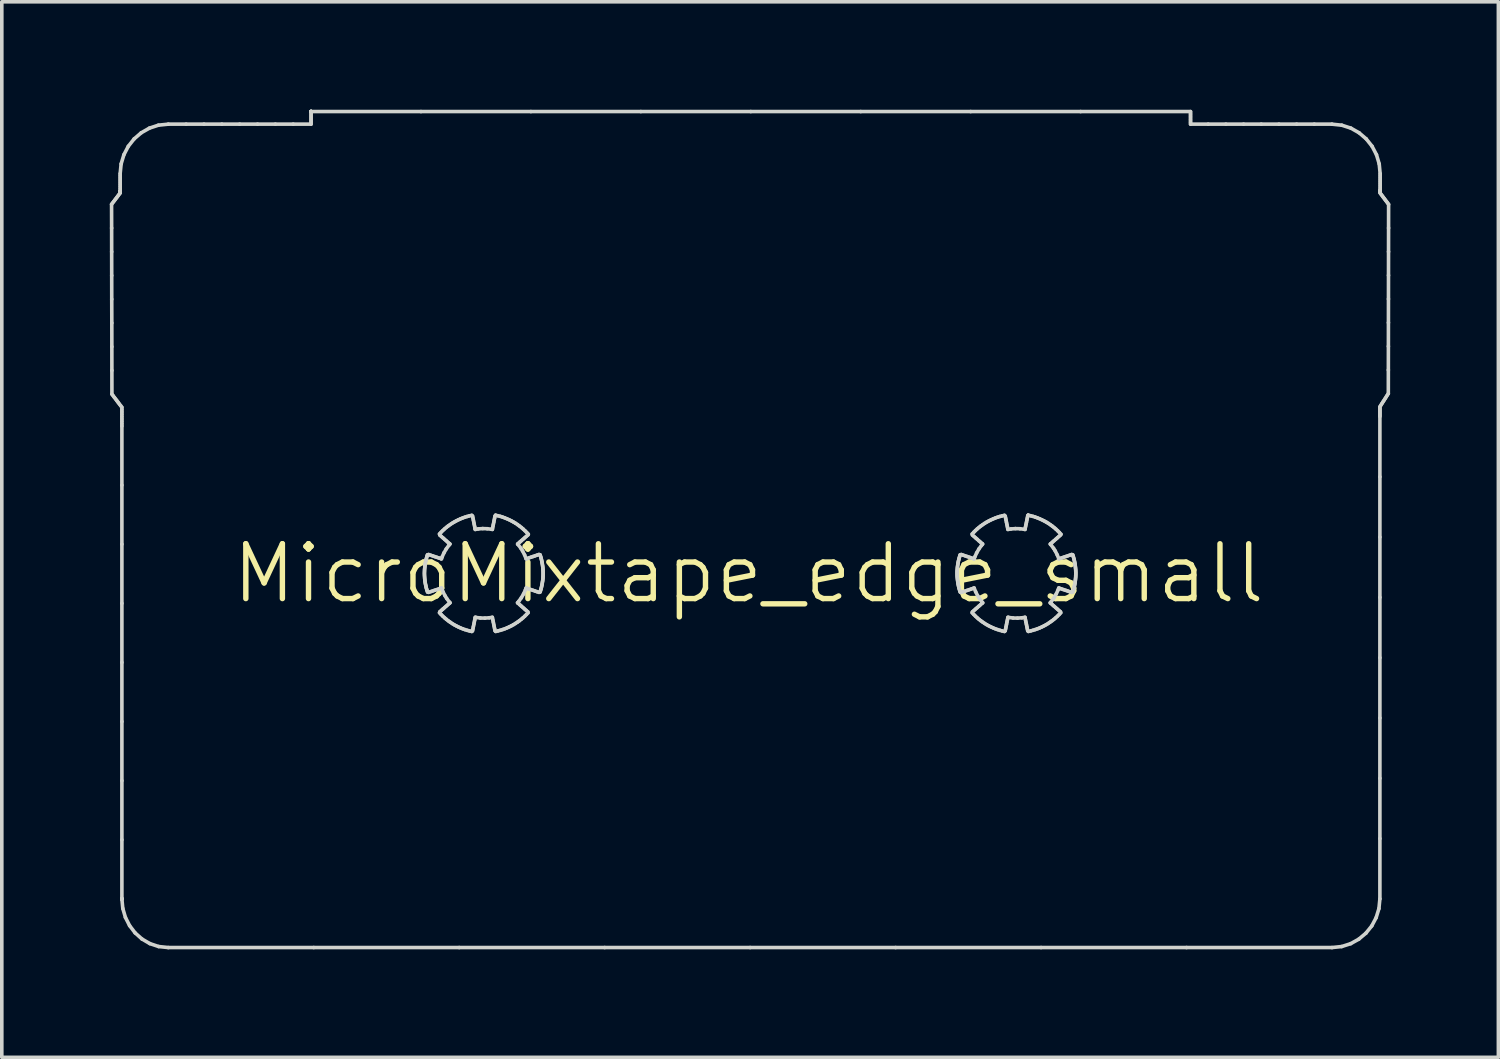
<source format=kicad_pcb>
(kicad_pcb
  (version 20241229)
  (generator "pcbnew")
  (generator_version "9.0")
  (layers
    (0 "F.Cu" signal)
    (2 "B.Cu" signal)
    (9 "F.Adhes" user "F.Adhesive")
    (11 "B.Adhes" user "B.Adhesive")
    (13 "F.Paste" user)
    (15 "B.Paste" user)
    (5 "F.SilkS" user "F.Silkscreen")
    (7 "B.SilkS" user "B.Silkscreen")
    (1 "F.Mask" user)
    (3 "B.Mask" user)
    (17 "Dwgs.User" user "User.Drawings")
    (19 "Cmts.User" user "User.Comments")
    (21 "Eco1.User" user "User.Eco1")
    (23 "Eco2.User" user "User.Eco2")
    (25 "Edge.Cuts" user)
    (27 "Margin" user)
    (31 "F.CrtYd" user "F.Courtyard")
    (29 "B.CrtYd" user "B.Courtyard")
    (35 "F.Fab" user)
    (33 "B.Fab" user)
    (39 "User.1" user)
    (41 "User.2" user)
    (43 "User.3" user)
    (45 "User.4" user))
  (footprint "MicroMixtape_edge_small"
    (layer "F.Cu")
    (at 17.751 12.886)
    (property "Reference" "MicroMixtape_edge_small" (at 0 0 0) (layer "F.SilkS") (effects (font (size 1.524 1.524) (thickness 0.15))))
    (attr through_hole)
    (fp_line (start -17.701 -10.259) (end -17.699 -9.599) (stroke (width 0.1) (type solid)) (layer "Edge.Cuts"))
    (fp_line (start -17.699 -9.599) (end -17.698 -8.94) (stroke (width 0.1) (type solid)) (layer "Edge.Cuts"))
    (fp_line (start -17.698 -8.94) (end -17.697 -8.28) (stroke (width 0.1) (type solid)) (layer "Edge.Cuts"))
    (fp_line (start -17.697 -8.28) (end -17.696 -7.621) (stroke (width 0.1) (type solid)) (layer "Edge.Cuts"))
    (fp_line (start -17.696 -7.621) (end -17.694 -6.961) (stroke (width 0.1) (type solid)) (layer "Edge.Cuts"))
    (fp_line (start -17.694 -6.961) (end -17.693 -6.302) (stroke (width 0.1) (type solid)) (layer "Edge.Cuts"))
    (fp_line (start -17.693 -6.302) (end -17.692 -5.642) (stroke (width 0.1) (type solid)) (layer "Edge.Cuts"))
    (fp_line (start -17.692 -5.642) (end -17.691 -4.983) (stroke (width 0.1) (type solid)) (layer "Edge.Cuts"))
    (fp_line (start -17.691 -4.983) (end -17.656 -4.937) (stroke (width 0.1) (type solid)) (layer "Edge.Cuts"))
    (fp_line (start -17.671 -10.298) (end -17.701 -10.259) (stroke (width 0.1) (type solid)) (layer "Edge.Cuts"))
    (fp_line (start -17.656 -4.937) (end -17.622 -4.892) (stroke (width 0.1) (type solid)) (layer "Edge.Cuts"))
    (fp_line (start -17.641 -10.337) (end -17.671 -10.298) (stroke (width 0.1) (type solid)) (layer "Edge.Cuts"))
    (fp_line (start -17.622 -4.892) (end -17.587 -4.846) (stroke (width 0.1) (type solid)) (layer "Edge.Cuts"))
    (fp_line (start -17.611 -10.377) (end -17.641 -10.337) (stroke (width 0.1) (type solid)) (layer "Edge.Cuts"))
    (fp_line (start -17.587 -4.846) (end -17.553 -4.801) (stroke (width 0.1) (type solid)) (layer "Edge.Cuts"))
    (fp_line (start -17.581 -10.416) (end -17.611 -10.377) (stroke (width 0.1) (type solid)) (layer "Edge.Cuts"))
    (fp_line (start -17.553 -4.801) (end -17.518 -4.755) (stroke (width 0.1) (type solid)) (layer "Edge.Cuts"))
    (fp_line (start -17.551 -10.455) (end -17.581 -10.416) (stroke (width 0.1) (type solid)) (layer "Edge.Cuts"))
    (fp_line (start -17.521 -10.495) (end -17.551 -10.455) (stroke (width 0.1) (type solid)) (layer "Edge.Cuts"))
    (fp_line (start -17.518 -4.755) (end -17.484 -4.709) (stroke (width 0.1) (type solid)) (layer "Edge.Cuts"))
    (fp_line (start -17.492 -10.534) (end -17.521 -10.495) (stroke (width 0.1) (type solid)) (layer "Edge.Cuts"))
    (fp_line (start -17.484 -4.709) (end -17.449 -4.664) (stroke (width 0.1) (type solid)) (layer "Edge.Cuts"))
    (fp_line (start -17.462 -11.111) (end -17.462 -11.052) (stroke (width 0.1) (type solid)) (layer "Edge.Cuts"))
    (fp_line (start -17.462 -11.052) (end -17.462 -10.993) (stroke (width 0.1) (type solid)) (layer "Edge.Cuts"))
    (fp_line (start -17.462 -10.993) (end -17.462 -10.934) (stroke (width 0.1) (type solid)) (layer "Edge.Cuts"))
    (fp_line (start -17.462 -10.934) (end -17.462 -10.875) (stroke (width 0.1) (type solid)) (layer "Edge.Cuts"))
    (fp_line (start -17.462 -10.875) (end -17.462 -10.816) (stroke (width 0.1) (type solid)) (layer "Edge.Cuts"))
    (fp_line (start -17.462 -10.816) (end -17.462 -10.757) (stroke (width 0.1) (type solid)) (layer "Edge.Cuts"))
    (fp_line (start -17.462 -10.757) (end -17.462 -10.698) (stroke (width 0.1) (type solid)) (layer "Edge.Cuts"))
    (fp_line (start -17.462 -10.698) (end -17.462 -10.639) (stroke (width 0.1) (type solid)) (layer "Edge.Cuts"))
    (fp_line (start -17.462 -10.639) (end -17.462 -10.631) (stroke (width 0.1) (type solid)) (layer "Edge.Cuts"))
    (fp_line (start -17.462 -10.631) (end -17.462 -10.623) (stroke (width 0.1) (type solid)) (layer "Edge.Cuts"))
    (fp_line (start -17.462 -10.623) (end -17.462 -10.614) (stroke (width 0.1) (type solid)) (layer "Edge.Cuts"))
    (fp_line (start -17.462 -10.614) (end -17.462 -10.606) (stroke (width 0.1) (type solid)) (layer "Edge.Cuts"))
    (fp_line (start -17.462 -10.606) (end -17.462 -10.598) (stroke (width 0.1) (type solid)) (layer "Edge.Cuts"))
    (fp_line (start -17.462 -10.598) (end -17.462 -10.59) (stroke (width 0.1) (type solid)) (layer "Edge.Cuts"))
    (fp_line (start -17.462 -10.59) (end -17.462 -10.582) (stroke (width 0.1) (type solid)) (layer "Edge.Cuts"))
    (fp_line (start -17.462 -10.582) (end -17.462 -10.573) (stroke (width 0.1) (type solid)) (layer "Edge.Cuts"))
    (fp_line (start -17.462 -10.573) (end -17.492 -10.534) (stroke (width 0.1) (type solid)) (layer "Edge.Cuts"))
    (fp_line (start -17.449 -4.664) (end -17.414 -4.618) (stroke (width 0.1) (type solid)) (layer "Edge.Cuts"))
    (fp_line (start -17.435 -11.382) (end -17.462 -11.111) (stroke (width 0.1) (type solid)) (layer "Edge.Cuts"))
    (fp_line (start -17.414 -4.618) (end -17.414 -4.553) (stroke (width 0.1) (type solid)) (layer "Edge.Cuts"))
    (fp_line (start -17.414 -4.553) (end -17.414 -4.488) (stroke (width 0.1) (type solid)) (layer "Edge.Cuts"))
    (fp_line (start -17.414 -4.488) (end -17.414 -4.423) (stroke (width 0.1) (type solid)) (layer "Edge.Cuts"))
    (fp_line (start -17.414 -4.423) (end -17.414 -4.358) (stroke (width 0.1) (type solid)) (layer "Edge.Cuts"))
    (fp_line (start -17.414 -4.358) (end -17.414 -4.293) (stroke (width 0.1) (type solid)) (layer "Edge.Cuts"))
    (fp_line (start -17.414 -4.293) (end -17.414 -4.228) (stroke (width 0.1) (type solid)) (layer "Edge.Cuts"))
    (fp_line (start -17.414 -4.228) (end -17.414 -4.163) (stroke (width 0.1) (type solid)) (layer "Edge.Cuts"))
    (fp_line (start -17.414 -4.163) (end -17.414 -4.098) (stroke (width 0.1) (type solid)) (layer "Edge.Cuts"))
    (fp_line (start -17.414 -4.098) (end -17.414 -2.455) (stroke (width 0.1) (type solid)) (layer "Edge.Cuts"))
    (fp_line (start -17.414 -2.455) (end -17.414 -0.813) (stroke (width 0.1) (type solid)) (layer "Edge.Cuts"))
    (fp_line (start -17.414 -0.813) (end -17.414 0.83) (stroke (width 0.1) (type solid)) (layer "Edge.Cuts"))
    (fp_line (start -17.414 0.83) (end -17.414 2.472) (stroke (width 0.1) (type solid)) (layer "Edge.Cuts"))
    (fp_line (start -17.414 2.472) (end -17.414 4.115) (stroke (width 0.1) (type solid)) (layer "Edge.Cuts"))
    (fp_line (start -17.414 4.115) (end -17.414 5.757) (stroke (width 0.1) (type solid)) (layer "Edge.Cuts"))
    (fp_line (start -17.414 5.757) (end -17.414 7.4) (stroke (width 0.1) (type solid)) (layer "Edge.Cuts"))
    (fp_line (start -17.414 7.4) (end -17.414 9.042) (stroke (width 0.1) (type solid)) (layer "Edge.Cuts"))
    (fp_line (start -17.414 9.042) (end -17.414 9.042) (stroke (width 0.1) (type solid)) (layer "Edge.Cuts"))
    (fp_line (start -17.414 9.042) (end -17.414 9.042) (stroke (width 0.1) (type solid)) (layer "Edge.Cuts"))
    (fp_line (start -17.414 9.042) (end -17.414 9.042) (stroke (width 0.1) (type solid)) (layer "Edge.Cuts"))
    (fp_line (start -17.414 9.042) (end -17.414 9.043) (stroke (width 0.1) (type solid)) (layer "Edge.Cuts"))
    (fp_line (start -17.414 9.043) (end -17.414 9.043) (stroke (width 0.1) (type solid)) (layer "Edge.Cuts"))
    (fp_line (start -17.414 9.043) (end -17.414 9.043) (stroke (width 0.1) (type solid)) (layer "Edge.Cuts"))
    (fp_line (start -17.414 9.043) (end -17.414 9.043) (stroke (width 0.1) (type solid)) (layer "Edge.Cuts"))
    (fp_line (start -17.414 9.043) (end -17.414 9.043) (stroke (width 0.1) (type solid)) (layer "Edge.Cuts"))
    (fp_line (start -17.414 9.043) (end -17.389 9.307) (stroke (width 0.1) (type solid)) (layer "Edge.Cuts"))
    (fp_line (start -17.389 9.307) (end -17.316 9.556) (stroke (width 0.1) (type solid)) (layer "Edge.Cuts"))
    (fp_line (start -17.358 -11.637) (end -17.435 -11.382) (stroke (width 0.1) (type solid)) (layer "Edge.Cuts"))
    (fp_line (start -17.316 9.556) (end -17.2 9.785) (stroke (width 0.1) (type solid)) (layer "Edge.Cuts"))
    (fp_line (start -17.236 -11.871) (end -17.358 -11.637) (stroke (width 0.1) (type solid)) (layer "Edge.Cuts"))
    (fp_line (start -17.2 9.785) (end -17.046 9.987) (stroke (width 0.1) (type solid)) (layer "Edge.Cuts"))
    (fp_line (start -17.074 -12.076) (end -17.236 -11.871) (stroke (width 0.1) (type solid)) (layer "Edge.Cuts"))
    (fp_line (start -17.046 9.987) (end -16.857 10.156) (stroke (width 0.1) (type solid)) (layer "Edge.Cuts"))
    (fp_line (start -16.877 -12.246) (end -17.074 -12.076) (stroke (width 0.1) (type solid)) (layer "Edge.Cuts"))
    (fp_line (start -16.857 10.156) (end -16.638 10.284) (stroke (width 0.1) (type solid)) (layer "Edge.Cuts"))
    (fp_line (start -16.65 -12.375) (end -16.877 -12.246) (stroke (width 0.1) (type solid)) (layer "Edge.Cuts"))
    (fp_line (start -16.638 10.284) (end -16.393 10.366) (stroke (width 0.1) (type solid)) (layer "Edge.Cuts"))
    (fp_line (start -16.398 -12.458) (end -16.65 -12.375) (stroke (width 0.1) (type solid)) (layer "Edge.Cuts"))
    (fp_line (start -16.393 10.366) (end -16.125 10.394) (stroke (width 0.1) (type solid)) (layer "Edge.Cuts"))
    (fp_line (start -16.125 10.394) (end -12.083 10.394) (stroke (width 0.1) (type solid)) (layer "Edge.Cuts"))
    (fp_line (start -16.125 -12.486) (end -16.398 -12.458) (stroke (width 0.1) (type solid)) (layer "Edge.Cuts"))
    (fp_line (start -15.629 -12.486) (end -16.125 -12.486) (stroke (width 0.1) (type solid)) (layer "Edge.Cuts"))
    (fp_line (start -15.133 -12.486) (end -15.629 -12.486) (stroke (width 0.1) (type solid)) (layer "Edge.Cuts"))
    (fp_line (start -14.637 -12.486) (end -15.133 -12.486) (stroke (width 0.1) (type solid)) (layer "Edge.Cuts"))
    (fp_line (start -14.141 -12.486) (end -14.637 -12.486) (stroke (width 0.1) (type solid)) (layer "Edge.Cuts"))
    (fp_line (start -13.645 -12.486) (end -14.141 -12.486) (stroke (width 0.1) (type solid)) (layer "Edge.Cuts"))
    (fp_line (start -13.149 -12.486) (end -13.645 -12.486) (stroke (width 0.1) (type solid)) (layer "Edge.Cuts"))
    (fp_line (start -12.653 -12.486) (end -13.149 -12.486) (stroke (width 0.1) (type solid)) (layer "Edge.Cuts"))
    (fp_line (start -12.158 -12.836) (end -12.157 -12.836) (stroke (width 0.1) (type solid)) (layer "Edge.Cuts"))
    (fp_line (start -12.158 -12.836) (end -12.158 -12.836) (stroke (width 0.1) (type solid)) (layer "Edge.Cuts"))
    (fp_line (start -12.158 -12.836) (end -12.158 -12.836) (stroke (width 0.1) (type solid)) (layer "Edge.Cuts"))
    (fp_line (start -12.158 -12.836) (end -12.158 -12.836) (stroke (width 0.1) (type solid)) (layer "Edge.Cuts"))
    (fp_line (start -12.158 -12.836) (end -12.158 -12.836) (stroke (width 0.1) (type solid)) (layer "Edge.Cuts"))
    (fp_line (start -12.158 -12.836) (end -12.158 -12.836) (stroke (width 0.1) (type solid)) (layer "Edge.Cuts"))
    (fp_line (start -12.158 -12.836) (end -12.158 -12.836) (stroke (width 0.1) (type solid)) (layer "Edge.Cuts"))
    (fp_line (start -12.158 -12.836) (end -12.158 -12.836) (stroke (width 0.1) (type solid)) (layer "Edge.Cuts"))
    (fp_line (start -12.157 -12.836) (end -12.157 -12.792) (stroke (width 0.1) (type solid)) (layer "Edge.Cuts"))
    (fp_line (start -12.157 -12.792) (end -12.157 -12.749) (stroke (width 0.1) (type solid)) (layer "Edge.Cuts"))
    (fp_line (start -12.157 -12.749) (end -12.157 -12.705) (stroke (width 0.1) (type solid)) (layer "Edge.Cuts"))
    (fp_line (start -12.157 -12.705) (end -12.157 -12.661) (stroke (width 0.1) (type solid)) (layer "Edge.Cuts"))
    (fp_line (start -12.157 -12.661) (end -12.157 -12.617) (stroke (width 0.1) (type solid)) (layer "Edge.Cuts"))
    (fp_line (start -12.157 -12.617) (end -12.157 -12.574) (stroke (width 0.1) (type solid)) (layer "Edge.Cuts"))
    (fp_line (start -12.157 -12.574) (end -12.157 -12.53) (stroke (width 0.1) (type solid)) (layer "Edge.Cuts"))
    (fp_line (start -12.157 -12.53) (end -12.157 -12.486) (stroke (width 0.1) (type solid)) (layer "Edge.Cuts"))
    (fp_line (start -12.157 -12.486) (end -12.653 -12.486) (stroke (width 0.1) (type solid)) (layer "Edge.Cuts"))
    (fp_line (start -12.157 -12.836) (end -12.157 -12.836) (stroke (width 0.1) (type solid)) (layer "Edge.Cuts"))
    (fp_line (start -12.083 10.394) (end -8.041 10.394) (stroke (width 0.1) (type solid)) (layer "Edge.Cuts"))
    (fp_line (start -9.103 -12.836) (end -12.158 -12.836) (stroke (width 0.1) (type solid)) (layer "Edge.Cuts"))
    (fp_line (start -9.007 -0.004) (end -9.006 0.029) (stroke (width 0.1) (type solid)) (layer "Edge.Cuts"))
    (fp_line (start -9.006 -0.037) (end -9.007 -0.004) (stroke (width 0.1) (type solid)) (layer "Edge.Cuts"))
    (fp_line (start -9.006 0.029) (end -9.005 0.063) (stroke (width 0.1) (type solid)) (layer "Edge.Cuts"))
    (fp_line (start -9.005 -0.069) (end -9.006 -0.037) (stroke (width 0.1) (type solid)) (layer "Edge.Cuts"))
    (fp_line (start -9.005 0.063) (end -9.003 0.096) (stroke (width 0.1) (type solid)) (layer "Edge.Cuts"))
    (fp_line (start -9.004 -0.102) (end -9.005 -0.069) (stroke (width 0.1) (type solid)) (layer "Edge.Cuts"))
    (fp_line (start -9.003 0.096) (end -9.001 0.129) (stroke (width 0.1) (type solid)) (layer "Edge.Cuts"))
    (fp_line (start -9.001 -0.135) (end -9.004 -0.102) (stroke (width 0.1) (type solid)) (layer "Edge.Cuts"))
    (fp_line (start -9.001 0.129) (end -8.998 0.162) (stroke (width 0.1) (type solid)) (layer "Edge.Cuts"))
    (fp_line (start -8.998 -0.168) (end -9.001 -0.135) (stroke (width 0.1) (type solid)) (layer "Edge.Cuts"))
    (fp_line (start -8.998 0.162) (end -8.994 0.195) (stroke (width 0.1) (type solid)) (layer "Edge.Cuts"))
    (fp_line (start -8.995 -0.2) (end -8.998 -0.168) (stroke (width 0.1) (type solid)) (layer "Edge.Cuts"))
    (fp_line (start -8.994 0.195) (end -8.99 0.227) (stroke (width 0.1) (type solid)) (layer "Edge.Cuts"))
    (fp_line (start -8.99 -0.233) (end -8.995 -0.2) (stroke (width 0.1) (type solid)) (layer "Edge.Cuts"))
    (fp_line (start -8.99 0.227) (end -8.984 0.26) (stroke (width 0.1) (type solid)) (layer "Edge.Cuts"))
    (fp_line (start -8.985 -0.265) (end -8.99 -0.233) (stroke (width 0.1) (type solid)) (layer "Edge.Cuts"))
    (fp_line (start -8.984 0.26) (end -8.979 0.293) (stroke (width 0.1) (type solid)) (layer "Edge.Cuts"))
    (fp_line (start -8.98 -0.297) (end -8.985 -0.265) (stroke (width 0.1) (type solid)) (layer "Edge.Cuts"))
    (fp_line (start -8.979 0.293) (end -8.972 0.325) (stroke (width 0.1) (type solid)) (layer "Edge.Cuts"))
    (fp_line (start -8.974 -0.329) (end -8.98 -0.297) (stroke (width 0.1) (type solid)) (layer "Edge.Cuts"))
    (fp_line (start -8.972 0.325) (end -8.965 0.357) (stroke (width 0.1) (type solid)) (layer "Edge.Cuts"))
    (fp_line (start -8.967 -0.361) (end -8.974 -0.329) (stroke (width 0.1) (type solid)) (layer "Edge.Cuts"))
    (fp_line (start -8.965 0.357) (end -8.958 0.39) (stroke (width 0.1) (type solid)) (layer "Edge.Cuts"))
    (fp_line (start -8.959 -0.393) (end -8.967 -0.361) (stroke (width 0.1) (type solid)) (layer "Edge.Cuts"))
    (fp_line (start -8.958 0.39) (end -8.949 0.422) (stroke (width 0.1) (type solid)) (layer "Edge.Cuts"))
    (fp_line (start -8.951 -0.425) (end -8.959 -0.393) (stroke (width 0.1) (type solid)) (layer "Edge.Cuts"))
    (fp_line (start -8.949 0.422) (end -8.94 0.454) (stroke (width 0.1) (type solid)) (layer "Edge.Cuts"))
    (fp_line (start -8.942 -0.457) (end -8.951 -0.425) (stroke (width 0.1) (type solid)) (layer "Edge.Cuts"))
    (fp_line (start -8.94 0.454) (end -8.93 0.485) (stroke (width 0.1) (type solid)) (layer "Edge.Cuts"))
    (fp_line (start -8.933 -0.488) (end -8.942 -0.457) (stroke (width 0.1) (type solid)) (layer "Edge.Cuts"))
    (fp_line (start -8.93 0.485) (end -8.92 0.517) (stroke (width 0.1) (type solid)) (layer "Edge.Cuts"))
    (fp_line (start -8.923 -0.519) (end -8.933 -0.488) (stroke (width 0.1) (type solid)) (layer "Edge.Cuts"))
    (fp_line (start -8.92 0.517) (end -8.892 0.524) (stroke (width 0.1) (type solid)) (layer "Edge.Cuts"))
    (fp_line (start -8.892 -0.527) (end -8.923 -0.519) (stroke (width 0.1) (type solid)) (layer "Edge.Cuts"))
    (fp_line (start -8.892 0.524) (end -8.836 0.505) (stroke (width 0.1) (type solid)) (layer "Edge.Cuts"))
    (fp_line (start -8.836 0.505) (end -8.78 0.486) (stroke (width 0.1) (type solid)) (layer "Edge.Cuts"))
    (fp_line (start -8.836 -0.508) (end -8.892 -0.527) (stroke (width 0.1) (type solid)) (layer "Edge.Cuts"))
    (fp_line (start -8.78 0.486) (end -8.724 0.467) (stroke (width 0.1) (type solid)) (layer "Edge.Cuts"))
    (fp_line (start -8.779 -0.489) (end -8.836 -0.508) (stroke (width 0.1) (type solid)) (layer "Edge.Cuts"))
    (fp_line (start -8.724 0.467) (end -8.668 0.449) (stroke (width 0.1) (type solid)) (layer "Edge.Cuts"))
    (fp_line (start -8.723 -0.47) (end -8.779 -0.489) (stroke (width 0.1) (type solid)) (layer "Edge.Cuts"))
    (fp_line (start -8.668 0.449) (end -8.612 0.43) (stroke (width 0.1) (type solid)) (layer "Edge.Cuts"))
    (fp_line (start -8.666 -0.451) (end -8.723 -0.47) (stroke (width 0.1) (type solid)) (layer "Edge.Cuts"))
    (fp_line (start -8.612 0.43) (end -8.556 0.411) (stroke (width 0.1) (type solid)) (layer "Edge.Cuts"))
    (fp_line (start -8.61 -0.432) (end -8.666 -0.451) (stroke (width 0.1) (type solid)) (layer "Edge.Cuts"))
    (fp_line (start -8.589 -1.098) (end -8.58 -1.067) (stroke (width 0.1) (type solid)) (layer "Edge.Cuts"))
    (fp_line (start -8.588 1.091) (end -8.543 1.14) (stroke (width 0.1) (type solid)) (layer "Edge.Cuts"))
    (fp_line (start -8.58 1.064) (end -8.588 1.091) (stroke (width 0.1) (type solid)) (layer "Edge.Cuts"))
    (fp_line (start -8.58 -1.067) (end -8.536 -1.028) (stroke (width 0.1) (type solid)) (layer "Edge.Cuts"))
    (fp_line (start -8.556 0.411) (end -8.533 0.403) (stroke (width 0.1) (type solid)) (layer "Edge.Cuts"))
    (fp_line (start -8.553 -0.413) (end -8.61 -0.432) (stroke (width 0.1) (type solid)) (layer "Edge.Cuts"))
    (fp_line (start -8.544 -1.147) (end -8.589 -1.098) (stroke (width 0.1) (type solid)) (layer "Edge.Cuts"))
    (fp_line (start -8.543 1.14) (end -8.496 1.187) (stroke (width 0.1) (type solid)) (layer "Edge.Cuts"))
    (fp_line (start -8.536 1.025) (end -8.58 1.064) (stroke (width 0.1) (type solid)) (layer "Edge.Cuts"))
    (fp_line (start -8.536 -1.028) (end -8.491 -0.989) (stroke (width 0.1) (type solid)) (layer "Edge.Cuts"))
    (fp_line (start -8.534 -0.407) (end -8.553 -0.413) (stroke (width 0.1) (type solid)) (layer "Edge.Cuts"))
    (fp_line (start -8.533 0.403) (end -8.492 0.508) (stroke (width 0.1) (type solid)) (layer "Edge.Cuts"))
    (fp_line (start -8.515 -0.461) (end -8.534 -0.407) (stroke (width 0.1) (type solid)) (layer "Edge.Cuts"))
    (fp_line (start -8.497 -1.193) (end -8.544 -1.147) (stroke (width 0.1) (type solid)) (layer "Edge.Cuts"))
    (fp_line (start -8.496 1.187) (end -8.447 1.232) (stroke (width 0.1) (type solid)) (layer "Edge.Cuts"))
    (fp_line (start -8.492 0.986) (end -8.536 1.025) (stroke (width 0.1) (type solid)) (layer "Edge.Cuts"))
    (fp_line (start -8.492 0.508) (end -8.435 0.618) (stroke (width 0.1) (type solid)) (layer "Edge.Cuts"))
    (fp_line (start -8.491 -0.989) (end -8.446 -0.949) (stroke (width 0.1) (type solid)) (layer "Edge.Cuts"))
    (fp_line (start -8.464 -0.574) (end -8.515 -0.461) (stroke (width 0.1) (type solid)) (layer "Edge.Cuts"))
    (fp_line (start -8.449 -1.238) (end -8.497 -1.193) (stroke (width 0.1) (type solid)) (layer "Edge.Cuts"))
    (fp_line (start -8.448 0.948) (end -8.492 0.986) (stroke (width 0.1) (type solid)) (layer "Edge.Cuts"))
    (fp_line (start -8.447 1.232) (end -8.397 1.274) (stroke (width 0.1) (type solid)) (layer "Edge.Cuts"))
    (fp_line (start -8.446 -0.949) (end -8.402 -0.91) (stroke (width 0.1) (type solid)) (layer "Edge.Cuts"))
    (fp_line (start -8.435 0.618) (end -8.389 0.693) (stroke (width 0.1) (type solid)) (layer "Edge.Cuts"))
    (fp_line (start -8.404 0.909) (end -8.448 0.948) (stroke (width 0.1) (type solid)) (layer "Edge.Cuts"))
    (fp_line (start -8.402 -0.91) (end -8.357 -0.87) (stroke (width 0.1) (type solid)) (layer "Edge.Cuts"))
    (fp_line (start -8.401 -0.682) (end -8.464 -0.574) (stroke (width 0.1) (type solid)) (layer "Edge.Cuts"))
    (fp_line (start -8.398 -1.281) (end -8.449 -1.238) (stroke (width 0.1) (type solid)) (layer "Edge.Cuts"))
    (fp_line (start -8.397 1.274) (end -8.345 1.315) (stroke (width 0.1) (type solid)) (layer "Edge.Cuts"))
    (fp_line (start -8.389 0.693) (end -8.314 0.793) (stroke (width 0.1) (type solid)) (layer "Edge.Cuts"))
    (fp_line (start -8.359 0.87) (end -8.404 0.909) (stroke (width 0.1) (type solid)) (layer "Edge.Cuts"))
    (fp_line (start -8.357 -0.87) (end -8.312 -0.831) (stroke (width 0.1) (type solid)) (layer "Edge.Cuts"))
    (fp_line (start -8.347 -1.321) (end -8.398 -1.281) (stroke (width 0.1) (type solid)) (layer "Edge.Cuts"))
    (fp_line (start -8.345 1.315) (end -8.292 1.353) (stroke (width 0.1) (type solid)) (layer "Edge.Cuts"))
    (fp_line (start -8.328 -0.783) (end -8.401 -0.682) (stroke (width 0.1) (type solid)) (layer "Edge.Cuts"))
    (fp_line (start -8.315 0.831) (end -8.359 0.87) (stroke (width 0.1) (type solid)) (layer "Edge.Cuts"))
    (fp_line (start -8.314 0.793) (end -8.295 0.813) (stroke (width 0.1) (type solid)) (layer "Edge.Cuts"))
    (fp_line (start -8.312 -0.831) (end -8.298 -0.818) (stroke (width 0.1) (type solid)) (layer "Edge.Cuts"))
    (fp_line (start -8.298 -0.818) (end -8.328 -0.783) (stroke (width 0.1) (type solid)) (layer "Edge.Cuts"))
    (fp_line (start -8.295 0.813) (end -8.315 0.831) (stroke (width 0.1) (type solid)) (layer "Edge.Cuts"))
    (fp_line (start -8.293 -1.359) (end -8.347 -1.321) (stroke (width 0.1) (type solid)) (layer "Edge.Cuts"))
    (fp_line (start -8.292 1.353) (end -8.237 1.39) (stroke (width 0.1) (type solid)) (layer "Edge.Cuts"))
    (fp_line (start -8.239 -1.395) (end -8.293 -1.359) (stroke (width 0.1) (type solid)) (layer "Edge.Cuts"))
    (fp_line (start -8.237 1.39) (end -8.181 1.424) (stroke (width 0.1) (type solid)) (layer "Edge.Cuts"))
    (fp_line (start -8.182 -1.429) (end -8.239 -1.395) (stroke (width 0.1) (type solid)) (layer "Edge.Cuts"))
    (fp_line (start -8.181 1.424) (end -8.123 1.455) (stroke (width 0.1) (type solid)) (layer "Edge.Cuts"))
    (fp_line (start -8.125 -1.461) (end -8.182 -1.429) (stroke (width 0.1) (type solid)) (layer "Edge.Cuts"))
    (fp_line (start -8.123 1.455) (end -8.065 1.485) (stroke (width 0.1) (type solid)) (layer "Edge.Cuts"))
    (fp_line (start -8.066 -1.491) (end -8.125 -1.461) (stroke (width 0.1) (type solid)) (layer "Edge.Cuts"))
    (fp_line (start -8.065 1.485) (end -8.005 1.512) (stroke (width 0.1) (type solid)) (layer "Edge.Cuts"))
    (fp_line (start -8.041 10.394) (end -3.999 10.394) (stroke (width 0.1) (type solid)) (layer "Edge.Cuts"))
    (fp_line (start -8.007 -1.518) (end -8.066 -1.491) (stroke (width 0.1) (type solid)) (layer "Edge.Cuts"))
    (fp_line (start -8.005 1.512) (end -7.944 1.537) (stroke (width 0.1) (type solid)) (layer "Edge.Cuts"))
    (fp_line (start -7.946 -1.542) (end -8.007 -1.518) (stroke (width 0.1) (type solid)) (layer "Edge.Cuts"))
    (fp_line (start -7.944 1.537) (end -7.882 1.559) (stroke (width 0.1) (type solid)) (layer "Edge.Cuts"))
    (fp_line (start -7.884 -1.564) (end -7.946 -1.542) (stroke (width 0.1) (type solid)) (layer "Edge.Cuts"))
    (fp_line (start -7.882 1.559) (end -7.819 1.579) (stroke (width 0.1) (type solid)) (layer "Edge.Cuts"))
    (fp_line (start -7.821 -1.584) (end -7.884 -1.564) (stroke (width 0.1) (type solid)) (layer "Edge.Cuts"))
    (fp_line (start -7.819 1.579) (end -7.755 1.596) (stroke (width 0.1) (type solid)) (layer "Edge.Cuts"))
    (fp_line (start -7.757 -1.602) (end -7.821 -1.584) (stroke (width 0.1) (type solid)) (layer "Edge.Cuts"))
    (fp_line (start -7.755 1.596) (end -7.69 1.611) (stroke (width 0.1) (type solid)) (layer "Edge.Cuts"))
    (fp_line (start -7.692 -1.616) (end -7.757 -1.602) (stroke (width 0.1) (type solid)) (layer "Edge.Cuts"))
    (fp_line (start -7.69 1.611) (end -7.67 1.59) (stroke (width 0.1) (type solid)) (layer "Edge.Cuts"))
    (fp_line (start -7.67 1.59) (end -7.658 1.532) (stroke (width 0.1) (type solid)) (layer "Edge.Cuts"))
    (fp_line (start -7.669 -1.593) (end -7.692 -1.616) (stroke (width 0.1) (type solid)) (layer "Edge.Cuts"))
    (fp_line (start -7.658 1.532) (end -7.647 1.475) (stroke (width 0.1) (type solid)) (layer "Edge.Cuts"))
    (fp_line (start -7.658 -1.535) (end -7.669 -1.593) (stroke (width 0.1) (type solid)) (layer "Edge.Cuts"))
    (fp_line (start -7.647 1.475) (end -7.635 1.417) (stroke (width 0.1) (type solid)) (layer "Edge.Cuts"))
    (fp_line (start -7.646 -1.477) (end -7.658 -1.535) (stroke (width 0.1) (type solid)) (layer "Edge.Cuts"))
    (fp_line (start -7.635 1.417) (end -7.623 1.359) (stroke (width 0.1) (type solid)) (layer "Edge.Cuts"))
    (fp_line (start -7.635 -1.419) (end -7.646 -1.477) (stroke (width 0.1) (type solid)) (layer "Edge.Cuts"))
    (fp_line (start -7.623 1.359) (end -7.612 1.301) (stroke (width 0.1) (type solid)) (layer "Edge.Cuts"))
    (fp_line (start -7.623 -1.361) (end -7.635 -1.419) (stroke (width 0.1) (type solid)) (layer "Edge.Cuts"))
    (fp_line (start -7.612 1.301) (end -7.6 1.244) (stroke (width 0.1) (type solid)) (layer "Edge.Cuts"))
    (fp_line (start -7.611 -1.303) (end -7.623 -1.361) (stroke (width 0.1) (type solid)) (layer "Edge.Cuts"))
    (fp_line (start -7.6 1.244) (end -7.595 1.217) (stroke (width 0.1) (type solid)) (layer "Edge.Cuts"))
    (fp_line (start -7.6 -1.245) (end -7.611 -1.303) (stroke (width 0.1) (type solid)) (layer "Edge.Cuts"))
    (fp_line (start -7.595 -1.224) (end -7.6 -1.245) (stroke (width 0.1) (type solid)) (layer "Edge.Cuts"))
    (fp_line (start -7.595 1.217) (end -7.576 1.221) (stroke (width 0.1) (type solid)) (layer "Edge.Cuts"))
    (fp_line (start -7.576 1.221) (end -7.453 1.237) (stroke (width 0.1) (type solid)) (layer "Edge.Cuts"))
    (fp_line (start -7.511 -1.239) (end -7.595 -1.224) (stroke (width 0.1) (type solid)) (layer "Edge.Cuts"))
    (fp_line (start -7.453 1.237) (end -7.328 1.24) (stroke (width 0.1) (type solid)) (layer "Edge.Cuts"))
    (fp_line (start -7.387 -1.248) (end -7.511 -1.239) (stroke (width 0.1) (type solid)) (layer "Edge.Cuts"))
    (fp_line (start -7.328 1.24) (end -7.204 1.231) (stroke (width 0.1) (type solid)) (layer "Edge.Cuts"))
    (fp_line (start -7.263 -1.244) (end -7.387 -1.248) (stroke (width 0.1) (type solid)) (layer "Edge.Cuts"))
    (fp_line (start -7.204 1.231) (end -7.121 1.217) (stroke (width 0.1) (type solid)) (layer "Edge.Cuts"))
    (fp_line (start -7.14 -1.229) (end -7.263 -1.244) (stroke (width 0.1) (type solid)) (layer "Edge.Cuts"))
    (fp_line (start -7.121 1.217) (end -7.116 1.242) (stroke (width 0.1) (type solid)) (layer "Edge.Cuts"))
    (fp_line (start -7.12 -1.225) (end -7.14 -1.229) (stroke (width 0.1) (type solid)) (layer "Edge.Cuts"))
    (fp_line (start -7.116 -1.247) (end -7.12 -1.225) (stroke (width 0.1) (type solid)) (layer "Edge.Cuts"))
    (fp_line (start -7.116 1.242) (end -7.104 1.3) (stroke (width 0.1) (type solid)) (layer "Edge.Cuts"))
    (fp_line (start -7.105 -1.304) (end -7.116 -1.247) (stroke (width 0.1) (type solid)) (layer "Edge.Cuts"))
    (fp_line (start -7.104 1.3) (end -7.092 1.358) (stroke (width 0.1) (type solid)) (layer "Edge.Cuts"))
    (fp_line (start -7.093 -1.362) (end -7.105 -1.304) (stroke (width 0.1) (type solid)) (layer "Edge.Cuts"))
    (fp_line (start -7.092 1.358) (end -7.081 1.416) (stroke (width 0.1) (type solid)) (layer "Edge.Cuts"))
    (fp_line (start -7.081 -1.42) (end -7.093 -1.362) (stroke (width 0.1) (type solid)) (layer "Edge.Cuts"))
    (fp_line (start -7.081 1.416) (end -7.069 1.474) (stroke (width 0.1) (type solid)) (layer "Edge.Cuts"))
    (fp_line (start -7.07 -1.477) (end -7.081 -1.42) (stroke (width 0.1) (type solid)) (layer "Edge.Cuts"))
    (fp_line (start -7.069 1.474) (end -7.057 1.532) (stroke (width 0.1) (type solid)) (layer "Edge.Cuts"))
    (fp_line (start -7.058 -1.535) (end -7.07 -1.477) (stroke (width 0.1) (type solid)) (layer "Edge.Cuts"))
    (fp_line (start -7.057 1.532) (end -7.046 1.59) (stroke (width 0.1) (type solid)) (layer "Edge.Cuts"))
    (fp_line (start -7.047 -1.593) (end -7.058 -1.535) (stroke (width 0.1) (type solid)) (layer "Edge.Cuts"))
    (fp_line (start -7.046 1.59) (end -7.026 1.61) (stroke (width 0.1) (type solid)) (layer "Edge.Cuts"))
    (fp_line (start -7.03 -1.618) (end -7.047 -1.593) (stroke (width 0.1) (type solid)) (layer "Edge.Cuts"))
    (fp_line (start -7.03 -1.618) (end -7.03 -1.618) (stroke (width 0.1) (type solid)) (layer "Edge.Cuts"))
    (fp_line (start -7.026 1.61) (end -6.962 1.595) (stroke (width 0.1) (type solid)) (layer "Edge.Cuts"))
    (fp_line (start -6.966 -1.605) (end -7.03 -1.618) (stroke (width 0.1) (type solid)) (layer "Edge.Cuts"))
    (fp_line (start -6.962 1.595) (end -6.898 1.578) (stroke (width 0.1) (type solid)) (layer "Edge.Cuts"))
    (fp_line (start -6.901 -1.588) (end -6.966 -1.605) (stroke (width 0.1) (type solid)) (layer "Edge.Cuts"))
    (fp_line (start -6.898 1.578) (end -6.835 1.558) (stroke (width 0.1) (type solid)) (layer "Edge.Cuts"))
    (fp_line (start -6.837 -1.568) (end -6.901 -1.588) (stroke (width 0.1) (type solid)) (layer "Edge.Cuts"))
    (fp_line (start -6.835 1.558) (end -6.773 1.536) (stroke (width 0.1) (type solid)) (layer "Edge.Cuts"))
    (fp_line (start -6.774 -1.545) (end -6.837 -1.568) (stroke (width 0.1) (type solid)) (layer "Edge.Cuts"))
    (fp_line (start -6.773 1.536) (end -6.712 1.511) (stroke (width 0.1) (type solid)) (layer "Edge.Cuts"))
    (fp_line (start -6.712 -1.52) (end -6.774 -1.545) (stroke (width 0.1) (type solid)) (layer "Edge.Cuts"))
    (fp_line (start -6.712 1.511) (end -6.652 1.484) (stroke (width 0.1) (type solid)) (layer "Edge.Cuts"))
    (fp_line (start -6.652 1.484) (end -6.593 1.455) (stroke (width 0.1) (type solid)) (layer "Edge.Cuts"))
    (fp_line (start -6.651 -1.493) (end -6.712 -1.52) (stroke (width 0.1) (type solid)) (layer "Edge.Cuts"))
    (fp_line (start -6.593 1.455) (end -6.535 1.423) (stroke (width 0.1) (type solid)) (layer "Edge.Cuts"))
    (fp_line (start -6.591 -1.463) (end -6.651 -1.493) (stroke (width 0.1) (type solid)) (layer "Edge.Cuts"))
    (fp_line (start -6.535 1.423) (end -6.479 1.389) (stroke (width 0.1) (type solid)) (layer "Edge.Cuts"))
    (fp_line (start -6.533 -1.43) (end -6.591 -1.463) (stroke (width 0.1) (type solid)) (layer "Edge.Cuts"))
    (fp_line (start -6.479 1.389) (end -6.424 1.353) (stroke (width 0.1) (type solid)) (layer "Edge.Cuts"))
    (fp_line (start -6.476 -1.396) (end -6.533 -1.43) (stroke (width 0.1) (type solid)) (layer "Edge.Cuts"))
    (fp_line (start -6.424 1.353) (end -6.371 1.315) (stroke (width 0.1) (type solid)) (layer "Edge.Cuts"))
    (fp_line (start -6.42 0.813) (end -6.387 0.775) (stroke (width 0.1) (type solid)) (layer "Edge.Cuts"))
    (fp_line (start -6.42 -1.359) (end -6.476 -1.396) (stroke (width 0.1) (type solid)) (layer "Edge.Cuts"))
    (fp_line (start -6.418 -0.818) (end -6.401 -0.834) (stroke (width 0.1) (type solid)) (layer "Edge.Cuts"))
    (fp_line (start -6.404 0.828) (end -6.42 0.813) (stroke (width 0.1) (type solid)) (layer "Edge.Cuts"))
    (fp_line (start -6.401 -0.8) (end -6.418 -0.818) (stroke (width 0.1) (type solid)) (layer "Edge.Cuts"))
    (fp_line (start -6.401 -0.834) (end -6.357 -0.873) (stroke (width 0.1) (type solid)) (layer "Edge.Cuts"))
    (fp_line (start -6.387 0.775) (end -6.314 0.674) (stroke (width 0.1) (type solid)) (layer "Edge.Cuts"))
    (fp_line (start -6.371 1.315) (end -6.319 1.274) (stroke (width 0.1) (type solid)) (layer "Edge.Cuts"))
    (fp_line (start -6.366 -1.319) (end -6.42 -1.359) (stroke (width 0.1) (type solid)) (layer "Edge.Cuts"))
    (fp_line (start -6.359 0.867) (end -6.404 0.828) (stroke (width 0.1) (type solid)) (layer "Edge.Cuts"))
    (fp_line (start -6.357 -0.873) (end -6.312 -0.912) (stroke (width 0.1) (type solid)) (layer "Edge.Cuts"))
    (fp_line (start -6.327 -0.701) (end -6.401 -0.8) (stroke (width 0.1) (type solid)) (layer "Edge.Cuts"))
    (fp_line (start -6.319 1.274) (end -6.269 1.232) (stroke (width 0.1) (type solid)) (layer "Edge.Cuts"))
    (fp_line (start -6.314 0.674) (end -6.252 0.567) (stroke (width 0.1) (type solid)) (layer "Edge.Cuts"))
    (fp_line (start -6.314 0.907) (end -6.359 0.867) (stroke (width 0.1) (type solid)) (layer "Edge.Cuts"))
    (fp_line (start -6.313 -1.278) (end -6.366 -1.319) (stroke (width 0.1) (type solid)) (layer "Edge.Cuts"))
    (fp_line (start -6.312 -0.912) (end -6.268 -0.95) (stroke (width 0.1) (type solid)) (layer "Edge.Cuts"))
    (fp_line (start -6.28 -0.626) (end -6.327 -0.701) (stroke (width 0.1) (type solid)) (layer "Edge.Cuts"))
    (fp_line (start -6.269 0.946) (end -6.314 0.907) (stroke (width 0.1) (type solid)) (layer "Edge.Cuts"))
    (fp_line (start -6.269 1.232) (end -6.22 1.187) (stroke (width 0.1) (type solid)) (layer "Edge.Cuts"))
    (fp_line (start -6.268 -0.95) (end -6.224 -0.989) (stroke (width 0.1) (type solid)) (layer "Edge.Cuts"))
    (fp_line (start -6.262 -1.234) (end -6.313 -1.278) (stroke (width 0.1) (type solid)) (layer "Edge.Cuts"))
    (fp_line (start -6.252 0.567) (end -6.2 0.454) (stroke (width 0.1) (type solid)) (layer "Edge.Cuts"))
    (fp_line (start -6.225 0.986) (end -6.269 0.946) (stroke (width 0.1) (type solid)) (layer "Edge.Cuts"))
    (fp_line (start -6.224 -0.989) (end -6.18 -1.028) (stroke (width 0.1) (type solid)) (layer "Edge.Cuts"))
    (fp_line (start -6.223 -0.515) (end -6.28 -0.626) (stroke (width 0.1) (type solid)) (layer "Edge.Cuts"))
    (fp_line (start -6.22 1.187) (end -6.173 1.14) (stroke (width 0.1) (type solid)) (layer "Edge.Cuts"))
    (fp_line (start -6.213 -1.188) (end -6.262 -1.234) (stroke (width 0.1) (type solid)) (layer "Edge.Cuts"))
    (fp_line (start -6.2 0.454) (end -6.183 0.403) (stroke (width 0.1) (type solid)) (layer "Edge.Cuts"))
    (fp_line (start -6.183 0.403) (end -6.163 0.41) (stroke (width 0.1) (type solid)) (layer "Edge.Cuts"))
    (fp_line (start -6.181 -0.407) (end -6.223 -0.515) (stroke (width 0.1) (type solid)) (layer "Edge.Cuts"))
    (fp_line (start -6.18 1.025) (end -6.225 0.986) (stroke (width 0.1) (type solid)) (layer "Edge.Cuts"))
    (fp_line (start -6.18 -1.028) (end -6.135 -1.067) (stroke (width 0.1) (type solid)) (layer "Edge.Cuts"))
    (fp_line (start -6.173 1.14) (end -6.128 1.092) (stroke (width 0.1) (type solid)) (layer "Edge.Cuts"))
    (fp_line (start -6.166 -1.141) (end -6.213 -1.188) (stroke (width 0.1) (type solid)) (layer "Edge.Cuts"))
    (fp_line (start -6.163 0.41) (end -6.106 0.429) (stroke (width 0.1) (type solid)) (layer "Edge.Cuts"))
    (fp_line (start -6.16 -0.414) (end -6.181 -0.407) (stroke (width 0.1) (type solid)) (layer "Edge.Cuts"))
    (fp_line (start -6.135 -1.067) (end -6.12 -1.091) (stroke (width 0.1) (type solid)) (layer "Edge.Cuts"))
    (fp_line (start -6.135 1.064) (end -6.18 1.025) (stroke (width 0.1) (type solid)) (layer "Edge.Cuts"))
    (fp_line (start -6.128 1.092) (end -6.135 1.064) (stroke (width 0.1) (type solid)) (layer "Edge.Cuts"))
    (fp_line (start -6.12 -1.091) (end -6.166 -1.141) (stroke (width 0.1) (type solid)) (layer "Edge.Cuts"))
    (fp_line (start -6.106 0.429) (end -6.05 0.448) (stroke (width 0.1) (type solid)) (layer "Edge.Cuts"))
    (fp_line (start -6.104 -0.433) (end -6.16 -0.414) (stroke (width 0.1) (type solid)) (layer "Edge.Cuts"))
    (fp_line (start -6.05 0.448) (end -5.993 0.467) (stroke (width 0.1) (type solid)) (layer "Edge.Cuts"))
    (fp_line (start -6.049 -12.836) (end -9.103 -12.836) (stroke (width 0.1) (type solid)) (layer "Edge.Cuts"))
    (fp_line (start -6.048 -0.452) (end -6.104 -0.433) (stroke (width 0.1) (type solid)) (layer "Edge.Cuts"))
    (fp_line (start -5.993 0.467) (end -5.937 0.486) (stroke (width 0.1) (type solid)) (layer "Edge.Cuts"))
    (fp_line (start -5.992 -0.471) (end -6.048 -0.452) (stroke (width 0.1) (type solid)) (layer "Edge.Cuts"))
    (fp_line (start -5.937 0.486) (end -5.88 0.505) (stroke (width 0.1) (type solid)) (layer "Edge.Cuts"))
    (fp_line (start -5.936 -0.49) (end -5.992 -0.471) (stroke (width 0.1) (type solid)) (layer "Edge.Cuts"))
    (fp_line (start -5.88 0.505) (end -5.823 0.524) (stroke (width 0.1) (type solid)) (layer "Edge.Cuts"))
    (fp_line (start -5.88 -0.509) (end -5.936 -0.49) (stroke (width 0.1) (type solid)) (layer "Edge.Cuts"))
    (fp_line (start -5.824 -0.528) (end -5.88 -0.509) (stroke (width 0.1) (type solid)) (layer "Edge.Cuts"))
    (fp_line (start -5.823 0.524) (end -5.795 0.517) (stroke (width 0.1) (type solid)) (layer "Edge.Cuts"))
    (fp_line (start -5.795 0.517) (end -5.784 0.485) (stroke (width 0.1) (type solid)) (layer "Edge.Cuts"))
    (fp_line (start -5.794 -0.52) (end -5.824 -0.528) (stroke (width 0.1) (type solid)) (layer "Edge.Cuts"))
    (fp_line (start -5.784 0.485) (end -5.775 0.454) (stroke (width 0.1) (type solid)) (layer "Edge.Cuts"))
    (fp_line (start -5.784 -0.488) (end -5.794 -0.52) (stroke (width 0.1) (type solid)) (layer "Edge.Cuts"))
    (fp_line (start -5.775 0.454) (end -5.766 0.422) (stroke (width 0.1) (type solid)) (layer "Edge.Cuts"))
    (fp_line (start -5.774 -0.457) (end -5.784 -0.488) (stroke (width 0.1) (type solid)) (layer "Edge.Cuts"))
    (fp_line (start -5.766 0.422) (end -5.757 0.39) (stroke (width 0.1) (type solid)) (layer "Edge.Cuts"))
    (fp_line (start -5.765 -0.425) (end -5.774 -0.457) (stroke (width 0.1) (type solid)) (layer "Edge.Cuts"))
    (fp_line (start -5.757 0.39) (end -5.75 0.357) (stroke (width 0.1) (type solid)) (layer "Edge.Cuts"))
    (fp_line (start -5.757 -0.394) (end -5.765 -0.425) (stroke (width 0.1) (type solid)) (layer "Edge.Cuts"))
    (fp_line (start -5.75 0.357) (end -5.743 0.325) (stroke (width 0.1) (type solid)) (layer "Edge.Cuts"))
    (fp_line (start -5.75 -0.362) (end -5.757 -0.394) (stroke (width 0.1) (type solid)) (layer "Edge.Cuts"))
    (fp_line (start -5.743 0.325) (end -5.736 0.293) (stroke (width 0.1) (type solid)) (layer "Edge.Cuts"))
    (fp_line (start -5.743 -0.33) (end -5.75 -0.362) (stroke (width 0.1) (type solid)) (layer "Edge.Cuts"))
    (fp_line (start -5.737 -0.297) (end -5.743 -0.33) (stroke (width 0.1) (type solid)) (layer "Edge.Cuts"))
    (fp_line (start -5.736 0.293) (end -5.731 0.26) (stroke (width 0.1) (type solid)) (layer "Edge.Cuts"))
    (fp_line (start -5.731 -0.265) (end -5.737 -0.297) (stroke (width 0.1) (type solid)) (layer "Edge.Cuts"))
    (fp_line (start -5.731 0.26) (end -5.726 0.227) (stroke (width 0.1) (type solid)) (layer "Edge.Cuts"))
    (fp_line (start -5.726 -0.233) (end -5.731 -0.265) (stroke (width 0.1) (type solid)) (layer "Edge.Cuts"))
    (fp_line (start -5.726 0.227) (end -5.721 0.195) (stroke (width 0.1) (type solid)) (layer "Edge.Cuts"))
    (fp_line (start -5.722 -0.2) (end -5.726 -0.233) (stroke (width 0.1) (type solid)) (layer "Edge.Cuts"))
    (fp_line (start -5.721 0.195) (end -5.718 0.162) (stroke (width 0.1) (type solid)) (layer "Edge.Cuts"))
    (fp_line (start -5.718 -0.168) (end -5.722 -0.2) (stroke (width 0.1) (type solid)) (layer "Edge.Cuts"))
    (fp_line (start -5.718 0.162) (end -5.714 0.129) (stroke (width 0.1) (type solid)) (layer "Edge.Cuts"))
    (fp_line (start -5.715 -0.135) (end -5.718 -0.168) (stroke (width 0.1) (type solid)) (layer "Edge.Cuts"))
    (fp_line (start -5.714 0.129) (end -5.712 0.096) (stroke (width 0.1) (type solid)) (layer "Edge.Cuts"))
    (fp_line (start -5.712 -0.102) (end -5.715 -0.135) (stroke (width 0.1) (type solid)) (layer "Edge.Cuts"))
    (fp_line (start -5.712 0.096) (end -5.71 0.063) (stroke (width 0.1) (type solid)) (layer "Edge.Cuts"))
    (fp_line (start -5.711 -0.07) (end -5.712 -0.102) (stroke (width 0.1) (type solid)) (layer "Edge.Cuts"))
    (fp_line (start -5.71 0.063) (end -5.709 0.029) (stroke (width 0.1) (type solid)) (layer "Edge.Cuts"))
    (fp_line (start -5.709 -0.037) (end -5.711 -0.07) (stroke (width 0.1) (type solid)) (layer "Edge.Cuts"))
    (fp_line (start -5.709 0.029) (end -5.709 -0.004) (stroke (width 0.1) (type solid)) (layer "Edge.Cuts"))
    (fp_line (start -5.709 -0.004) (end -5.709 -0.037) (stroke (width 0.1) (type solid)) (layer "Edge.Cuts"))
    (fp_line (start -3.999 10.394) (end 0.043 10.394) (stroke (width 0.1) (type solid)) (layer "Edge.Cuts"))
    (fp_line (start -2.994 -12.836) (end -6.049 -12.836) (stroke (width 0.1) (type solid)) (layer "Edge.Cuts"))
    (fp_line (start 0.043 10.394) (end 4.086 10.394) (stroke (width 0.1) (type solid)) (layer "Edge.Cuts"))
    (fp_line (start 0.061 -12.836) (end -2.994 -12.836) (stroke (width 0.1) (type solid)) (layer "Edge.Cuts"))
    (fp_line (start 3.116 -12.836) (end 0.061 -12.836) (stroke (width 0.1) (type solid)) (layer "Edge.Cuts"))
    (fp_line (start 4.086 10.394) (end 8.128 10.394) (stroke (width 0.1) (type solid)) (layer "Edge.Cuts"))
    (fp_line (start 5.795 -0.003) (end 5.795 0.03) (stroke (width 0.1) (type solid)) (layer "Edge.Cuts"))
    (fp_line (start 5.795 -0.036) (end 5.795 -0.003) (stroke (width 0.1) (type solid)) (layer "Edge.Cuts"))
    (fp_line (start 5.795 0.03) (end 5.796 0.063) (stroke (width 0.1) (type solid)) (layer "Edge.Cuts"))
    (fp_line (start 5.796 -0.069) (end 5.795 -0.036) (stroke (width 0.1) (type solid)) (layer "Edge.Cuts"))
    (fp_line (start 5.796 0.063) (end 5.798 0.096) (stroke (width 0.1) (type solid)) (layer "Edge.Cuts"))
    (fp_line (start 5.798 -0.102) (end 5.796 -0.069) (stroke (width 0.1) (type solid)) (layer "Edge.Cuts"))
    (fp_line (start 5.798 0.096) (end 5.801 0.129) (stroke (width 0.1) (type solid)) (layer "Edge.Cuts"))
    (fp_line (start 5.801 -0.135) (end 5.798 -0.102) (stroke (width 0.1) (type solid)) (layer "Edge.Cuts"))
    (fp_line (start 5.801 0.129) (end 5.804 0.162) (stroke (width 0.1) (type solid)) (layer "Edge.Cuts"))
    (fp_line (start 5.803 -0.167) (end 5.801 -0.135) (stroke (width 0.1) (type solid)) (layer "Edge.Cuts"))
    (fp_line (start 5.804 0.162) (end 5.808 0.195) (stroke (width 0.1) (type solid)) (layer "Edge.Cuts"))
    (fp_line (start 5.807 -0.2) (end 5.803 -0.167) (stroke (width 0.1) (type solid)) (layer "Edge.Cuts"))
    (fp_line (start 5.808 0.195) (end 5.812 0.228) (stroke (width 0.1) (type solid)) (layer "Edge.Cuts"))
    (fp_line (start 5.811 -0.232) (end 5.807 -0.2) (stroke (width 0.1) (type solid)) (layer "Edge.Cuts"))
    (fp_line (start 5.812 0.228) (end 5.817 0.26) (stroke (width 0.1) (type solid)) (layer "Edge.Cuts"))
    (fp_line (start 5.816 -0.265) (end 5.811 -0.232) (stroke (width 0.1) (type solid)) (layer "Edge.Cuts"))
    (fp_line (start 5.817 0.26) (end 5.823 0.293) (stroke (width 0.1) (type solid)) (layer "Edge.Cuts"))
    (fp_line (start 5.822 -0.297) (end 5.816 -0.265) (stroke (width 0.1) (type solid)) (layer "Edge.Cuts"))
    (fp_line (start 5.823 0.293) (end 5.829 0.325) (stroke (width 0.1) (type solid)) (layer "Edge.Cuts"))
    (fp_line (start 5.828 -0.329) (end 5.822 -0.297) (stroke (width 0.1) (type solid)) (layer "Edge.Cuts"))
    (fp_line (start 5.829 0.325) (end 5.836 0.358) (stroke (width 0.1) (type solid)) (layer "Edge.Cuts"))
    (fp_line (start 5.835 -0.361) (end 5.828 -0.329) (stroke (width 0.1) (type solid)) (layer "Edge.Cuts"))
    (fp_line (start 5.836 0.358) (end 5.844 0.39) (stroke (width 0.1) (type solid)) (layer "Edge.Cuts"))
    (fp_line (start 5.843 -0.393) (end 5.835 -0.361) (stroke (width 0.1) (type solid)) (layer "Edge.Cuts"))
    (fp_line (start 5.844 0.39) (end 5.852 0.422) (stroke (width 0.1) (type solid)) (layer "Edge.Cuts"))
    (fp_line (start 5.851 -0.425) (end 5.843 -0.393) (stroke (width 0.1) (type solid)) (layer "Edge.Cuts"))
    (fp_line (start 5.852 0.422) (end 5.861 0.454) (stroke (width 0.1) (type solid)) (layer "Edge.Cuts"))
    (fp_line (start 5.86 -0.456) (end 5.851 -0.425) (stroke (width 0.1) (type solid)) (layer "Edge.Cuts"))
    (fp_line (start 5.861 0.454) (end 5.871 0.486) (stroke (width 0.1) (type solid)) (layer "Edge.Cuts"))
    (fp_line (start 5.869 -0.488) (end 5.86 -0.456) (stroke (width 0.1) (type solid)) (layer "Edge.Cuts"))
    (fp_line (start 5.871 0.486) (end 5.881 0.517) (stroke (width 0.1) (type solid)) (layer "Edge.Cuts"))
    (fp_line (start 5.879 -0.519) (end 5.869 -0.488) (stroke (width 0.1) (type solid)) (layer "Edge.Cuts"))
    (fp_line (start 5.881 0.517) (end 5.91 0.525) (stroke (width 0.1) (type solid)) (layer "Edge.Cuts"))
    (fp_line (start 5.91 0.525) (end 5.965 0.506) (stroke (width 0.1) (type solid)) (layer "Edge.Cuts"))
    (fp_line (start 5.91 -0.527) (end 5.879 -0.519) (stroke (width 0.1) (type solid)) (layer "Edge.Cuts"))
    (fp_line (start 5.965 0.506) (end 6.022 0.487) (stroke (width 0.1) (type solid)) (layer "Edge.Cuts"))
    (fp_line (start 5.966 -0.508) (end 5.91 -0.527) (stroke (width 0.1) (type solid)) (layer "Edge.Cuts"))
    (fp_line (start 6.022 0.487) (end 6.078 0.468) (stroke (width 0.1) (type solid)) (layer "Edge.Cuts"))
    (fp_line (start 6.023 -0.489) (end 5.966 -0.508) (stroke (width 0.1) (type solid)) (layer "Edge.Cuts"))
    (fp_line (start 6.078 0.468) (end 6.134 0.449) (stroke (width 0.1) (type solid)) (layer "Edge.Cuts"))
    (fp_line (start 6.079 -0.47) (end 6.023 -0.489) (stroke (width 0.1) (type solid)) (layer "Edge.Cuts"))
    (fp_line (start 6.134 0.449) (end 6.19 0.43) (stroke (width 0.1) (type solid)) (layer "Edge.Cuts"))
    (fp_line (start 6.136 -0.451) (end 6.079 -0.47) (stroke (width 0.1) (type solid)) (layer "Edge.Cuts"))
    (fp_line (start 6.171 -12.836) (end 3.116 -12.836) (stroke (width 0.1) (type solid)) (layer "Edge.Cuts"))
    (fp_line (start 6.19 0.43) (end 6.246 0.411) (stroke (width 0.1) (type solid)) (layer "Edge.Cuts"))
    (fp_line (start 6.192 -0.432) (end 6.136 -0.451) (stroke (width 0.1) (type solid)) (layer "Edge.Cuts"))
    (fp_line (start 6.213 -1.098) (end 6.221 -1.067) (stroke (width 0.1) (type solid)) (layer "Edge.Cuts"))
    (fp_line (start 6.214 1.092) (end 6.259 1.14) (stroke (width 0.1) (type solid)) (layer "Edge.Cuts"))
    (fp_line (start 6.221 1.065) (end 6.214 1.092) (stroke (width 0.1) (type solid)) (layer "Edge.Cuts"))
    (fp_line (start 6.221 -1.067) (end 6.266 -1.028) (stroke (width 0.1) (type solid)) (layer "Edge.Cuts"))
    (fp_line (start 6.246 0.411) (end 6.268 0.403) (stroke (width 0.1) (type solid)) (layer "Edge.Cuts"))
    (fp_line (start 6.249 -0.413) (end 6.192 -0.432) (stroke (width 0.1) (type solid)) (layer "Edge.Cuts"))
    (fp_line (start 6.258 -1.146) (end 6.213 -1.098) (stroke (width 0.1) (type solid)) (layer "Edge.Cuts"))
    (fp_line (start 6.259 1.14) (end 6.306 1.187) (stroke (width 0.1) (type solid)) (layer "Edge.Cuts"))
    (fp_line (start 6.265 1.026) (end 6.221 1.065) (stroke (width 0.1) (type solid)) (layer "Edge.Cuts"))
    (fp_line (start 6.266 -1.028) (end 6.311 -0.988) (stroke (width 0.1) (type solid)) (layer "Edge.Cuts"))
    (fp_line (start 6.268 -0.406) (end 6.249 -0.413) (stroke (width 0.1) (type solid)) (layer "Edge.Cuts"))
    (fp_line (start 6.268 0.403) (end 6.31 0.508) (stroke (width 0.1) (type solid)) (layer "Edge.Cuts"))
    (fp_line (start 6.287 -0.461) (end 6.268 -0.406) (stroke (width 0.1) (type solid)) (layer "Edge.Cuts"))
    (fp_line (start 6.305 -1.193) (end 6.258 -1.146) (stroke (width 0.1) (type solid)) (layer "Edge.Cuts"))
    (fp_line (start 6.306 1.187) (end 6.354 1.232) (stroke (width 0.1) (type solid)) (layer "Edge.Cuts"))
    (fp_line (start 6.309 0.987) (end 6.265 1.026) (stroke (width 0.1) (type solid)) (layer "Edge.Cuts"))
    (fp_line (start 6.31 0.508) (end 6.366 0.619) (stroke (width 0.1) (type solid)) (layer "Edge.Cuts"))
    (fp_line (start 6.311 -0.988) (end 6.356 -0.949) (stroke (width 0.1) (type solid)) (layer "Edge.Cuts"))
    (fp_line (start 6.338 -0.574) (end 6.287 -0.461) (stroke (width 0.1) (type solid)) (layer "Edge.Cuts"))
    (fp_line (start 6.353 -1.238) (end 6.305 -1.193) (stroke (width 0.1) (type solid)) (layer "Edge.Cuts"))
    (fp_line (start 6.354 0.948) (end 6.309 0.987) (stroke (width 0.1) (type solid)) (layer "Edge.Cuts"))
    (fp_line (start 6.354 1.232) (end 6.404 1.275) (stroke (width 0.1) (type solid)) (layer "Edge.Cuts"))
    (fp_line (start 6.356 -0.949) (end 6.4 -0.909) (stroke (width 0.1) (type solid)) (layer "Edge.Cuts"))
    (fp_line (start 6.366 0.619) (end 6.413 0.693) (stroke (width 0.1) (type solid)) (layer "Edge.Cuts"))
    (fp_line (start 6.398 0.909) (end 6.354 0.948) (stroke (width 0.1) (type solid)) (layer "Edge.Cuts"))
    (fp_line (start 6.4 -0.909) (end 6.445 -0.87) (stroke (width 0.1) (type solid)) (layer "Edge.Cuts"))
    (fp_line (start 6.401 -0.682) (end 6.338 -0.574) (stroke (width 0.1) (type solid)) (layer "Edge.Cuts"))
    (fp_line (start 6.403 -1.28) (end 6.353 -1.238) (stroke (width 0.1) (type solid)) (layer "Edge.Cuts"))
    (fp_line (start 6.404 1.275) (end 6.456 1.315) (stroke (width 0.1) (type solid)) (layer "Edge.Cuts"))
    (fp_line (start 6.413 0.693) (end 6.488 0.793) (stroke (width 0.1) (type solid)) (layer "Edge.Cuts"))
    (fp_line (start 6.442 0.87) (end 6.398 0.909) (stroke (width 0.1) (type solid)) (layer "Edge.Cuts"))
    (fp_line (start 6.445 -0.87) (end 6.49 -0.831) (stroke (width 0.1) (type solid)) (layer "Edge.Cuts"))
    (fp_line (start 6.455 -1.321) (end 6.403 -1.28) (stroke (width 0.1) (type solid)) (layer "Edge.Cuts"))
    (fp_line (start 6.456 1.315) (end 6.51 1.354) (stroke (width 0.1) (type solid)) (layer "Edge.Cuts"))
    (fp_line (start 6.474 -0.782) (end 6.401 -0.682) (stroke (width 0.1) (type solid)) (layer "Edge.Cuts"))
    (fp_line (start 6.486 0.831) (end 6.442 0.87) (stroke (width 0.1) (type solid)) (layer "Edge.Cuts"))
    (fp_line (start 6.488 0.793) (end 6.507 0.814) (stroke (width 0.1) (type solid)) (layer "Edge.Cuts"))
    (fp_line (start 6.49 -0.831) (end 6.504 -0.818) (stroke (width 0.1) (type solid)) (layer "Edge.Cuts"))
    (fp_line (start 6.504 -0.818) (end 6.474 -0.782) (stroke (width 0.1) (type solid)) (layer "Edge.Cuts"))
    (fp_line (start 6.507 0.814) (end 6.486 0.831) (stroke (width 0.1) (type solid)) (layer "Edge.Cuts"))
    (fp_line (start 6.509 -1.359) (end 6.455 -1.321) (stroke (width 0.1) (type solid)) (layer "Edge.Cuts"))
    (fp_line (start 6.51 1.354) (end 6.564 1.39) (stroke (width 0.1) (type solid)) (layer "Edge.Cuts"))
    (fp_line (start 6.563 -1.395) (end 6.509 -1.359) (stroke (width 0.1) (type solid)) (layer "Edge.Cuts"))
    (fp_line (start 6.564 1.39) (end 6.621 1.424) (stroke (width 0.1) (type solid)) (layer "Edge.Cuts"))
    (fp_line (start 6.619 -1.429) (end 6.563 -1.395) (stroke (width 0.1) (type solid)) (layer "Edge.Cuts"))
    (fp_line (start 6.621 1.424) (end 6.678 1.456) (stroke (width 0.1) (type solid)) (layer "Edge.Cuts"))
    (fp_line (start 6.677 -1.461) (end 6.619 -1.429) (stroke (width 0.1) (type solid)) (layer "Edge.Cuts"))
    (fp_line (start 6.678 1.456) (end 6.737 1.485) (stroke (width 0.1) (type solid)) (layer "Edge.Cuts"))
    (fp_line (start 6.735 -1.49) (end 6.677 -1.461) (stroke (width 0.1) (type solid)) (layer "Edge.Cuts"))
    (fp_line (start 6.737 1.485) (end 6.797 1.512) (stroke (width 0.1) (type solid)) (layer "Edge.Cuts"))
    (fp_line (start 6.795 -1.517) (end 6.735 -1.49) (stroke (width 0.1) (type solid)) (layer "Edge.Cuts"))
    (fp_line (start 6.797 1.512) (end 6.858 1.537) (stroke (width 0.1) (type solid)) (layer "Edge.Cuts"))
    (fp_line (start 6.856 -1.542) (end 6.795 -1.517) (stroke (width 0.1) (type solid)) (layer "Edge.Cuts"))
    (fp_line (start 6.858 1.537) (end 6.92 1.559) (stroke (width 0.1) (type solid)) (layer "Edge.Cuts"))
    (fp_line (start 6.918 -1.564) (end 6.856 -1.542) (stroke (width 0.1) (type solid)) (layer "Edge.Cuts"))
    (fp_line (start 6.92 1.559) (end 6.983 1.579) (stroke (width 0.1) (type solid)) (layer "Edge.Cuts"))
    (fp_line (start 6.981 -1.584) (end 6.918 -1.564) (stroke (width 0.1) (type solid)) (layer "Edge.Cuts"))
    (fp_line (start 6.983 1.579) (end 7.047 1.597) (stroke (width 0.1) (type solid)) (layer "Edge.Cuts"))
    (fp_line (start 7.045 -1.601) (end 6.981 -1.584) (stroke (width 0.1) (type solid)) (layer "Edge.Cuts"))
    (fp_line (start 7.047 1.597) (end 7.111 1.611) (stroke (width 0.1) (type solid)) (layer "Edge.Cuts"))
    (fp_line (start 7.11 -1.616) (end 7.045 -1.601) (stroke (width 0.1) (type solid)) (layer "Edge.Cuts"))
    (fp_line (start 7.111 1.611) (end 7.132 1.591) (stroke (width 0.1) (type solid)) (layer "Edge.Cuts"))
    (fp_line (start 7.132 1.591) (end 7.144 1.533) (stroke (width 0.1) (type solid)) (layer "Edge.Cuts"))
    (fp_line (start 7.133 -1.593) (end 7.11 -1.616) (stroke (width 0.1) (type solid)) (layer "Edge.Cuts"))
    (fp_line (start 7.144 1.533) (end 7.155 1.475) (stroke (width 0.1) (type solid)) (layer "Edge.Cuts"))
    (fp_line (start 7.144 -1.535) (end 7.133 -1.593) (stroke (width 0.1) (type solid)) (layer "Edge.Cuts"))
    (fp_line (start 7.155 1.475) (end 7.167 1.417) (stroke (width 0.1) (type solid)) (layer "Edge.Cuts"))
    (fp_line (start 7.156 -1.477) (end 7.144 -1.535) (stroke (width 0.1) (type solid)) (layer "Edge.Cuts"))
    (fp_line (start 7.167 1.417) (end 7.178 1.359) (stroke (width 0.1) (type solid)) (layer "Edge.Cuts"))
    (fp_line (start 7.167 -1.419) (end 7.156 -1.477) (stroke (width 0.1) (type solid)) (layer "Edge.Cuts"))
    (fp_line (start 7.178 1.359) (end 7.19 1.301) (stroke (width 0.1) (type solid)) (layer "Edge.Cuts"))
    (fp_line (start 7.179 -1.361) (end 7.167 -1.419) (stroke (width 0.1) (type solid)) (layer "Edge.Cuts"))
    (fp_line (start 7.19 1.301) (end 7.201 1.244) (stroke (width 0.1) (type solid)) (layer "Edge.Cuts"))
    (fp_line (start 7.191 -1.302) (end 7.179 -1.361) (stroke (width 0.1) (type solid)) (layer "Edge.Cuts"))
    (fp_line (start 7.201 1.244) (end 7.207 1.218) (stroke (width 0.1) (type solid)) (layer "Edge.Cuts"))
    (fp_line (start 7.202 -1.244) (end 7.191 -1.302) (stroke (width 0.1) (type solid)) (layer "Edge.Cuts"))
    (fp_line (start 7.207 1.218) (end 7.225 1.221) (stroke (width 0.1) (type solid)) (layer "Edge.Cuts"))
    (fp_line (start 7.207 -1.224) (end 7.202 -1.244) (stroke (width 0.1) (type solid)) (layer "Edge.Cuts"))
    (fp_line (start 7.225 1.221) (end 7.349 1.237) (stroke (width 0.1) (type solid)) (layer "Edge.Cuts"))
    (fp_line (start 7.291 -1.238) (end 7.207 -1.224) (stroke (width 0.1) (type solid)) (layer "Edge.Cuts"))
    (fp_line (start 7.349 1.237) (end 7.473 1.24) (stroke (width 0.1) (type solid)) (layer "Edge.Cuts"))
    (fp_line (start 7.415 -1.247) (end 7.291 -1.238) (stroke (width 0.1) (type solid)) (layer "Edge.Cuts"))
    (fp_line (start 7.473 1.24) (end 7.597 1.231) (stroke (width 0.1) (type solid)) (layer "Edge.Cuts"))
    (fp_line (start 7.539 -1.244) (end 7.415 -1.247) (stroke (width 0.1) (type solid)) (layer "Edge.Cuts"))
    (fp_line (start 7.597 1.231) (end 7.681 1.217) (stroke (width 0.1) (type solid)) (layer "Edge.Cuts"))
    (fp_line (start 7.662 -1.228) (end 7.539 -1.244) (stroke (width 0.1) (type solid)) (layer "Edge.Cuts"))
    (fp_line (start 7.681 1.217) (end 7.686 1.242) (stroke (width 0.1) (type solid)) (layer "Edge.Cuts"))
    (fp_line (start 7.682 -1.224) (end 7.662 -1.228) (stroke (width 0.1) (type solid)) (layer "Edge.Cuts"))
    (fp_line (start 7.686 1.242) (end 7.697 1.3) (stroke (width 0.1) (type solid)) (layer "Edge.Cuts"))
    (fp_line (start 7.686 -1.246) (end 7.682 -1.224) (stroke (width 0.1) (type solid)) (layer "Edge.Cuts"))
    (fp_line (start 7.697 1.3) (end 7.709 1.358) (stroke (width 0.1) (type solid)) (layer "Edge.Cuts"))
    (fp_line (start 7.697 -1.304) (end 7.686 -1.246) (stroke (width 0.1) (type solid)) (layer "Edge.Cuts"))
    (fp_line (start 7.709 1.358) (end 7.721 1.416) (stroke (width 0.1) (type solid)) (layer "Edge.Cuts"))
    (fp_line (start 7.709 -1.362) (end 7.697 -1.304) (stroke (width 0.1) (type solid)) (layer "Edge.Cuts"))
    (fp_line (start 7.721 -1.419) (end 7.709 -1.362) (stroke (width 0.1) (type solid)) (layer "Edge.Cuts"))
    (fp_line (start 7.721 1.416) (end 7.733 1.474) (stroke (width 0.1) (type solid)) (layer "Edge.Cuts"))
    (fp_line (start 7.732 -1.477) (end 7.721 -1.419) (stroke (width 0.1) (type solid)) (layer "Edge.Cuts"))
    (fp_line (start 7.733 1.474) (end 7.744 1.532) (stroke (width 0.1) (type solid)) (layer "Edge.Cuts"))
    (fp_line (start 7.744 -1.535) (end 7.732 -1.477) (stroke (width 0.1) (type solid)) (layer "Edge.Cuts"))
    (fp_line (start 7.744 1.532) (end 7.756 1.59) (stroke (width 0.1) (type solid)) (layer "Edge.Cuts"))
    (fp_line (start 7.755 -1.593) (end 7.744 -1.535) (stroke (width 0.1) (type solid)) (layer "Edge.Cuts"))
    (fp_line (start 7.756 1.59) (end 7.775 1.61) (stroke (width 0.1) (type solid)) (layer "Edge.Cuts"))
    (fp_line (start 7.77 -1.62) (end 7.77 -1.62) (stroke (width 0.1) (type solid)) (layer "Edge.Cuts"))
    (fp_line (start 7.77 -1.62) (end 7.755 -1.593) (stroke (width 0.1) (type solid)) (layer "Edge.Cuts"))
    (fp_line (start 7.77 -1.62) (end 7.77 -1.62) (stroke (width 0.1) (type solid)) (layer "Edge.Cuts"))
    (fp_line (start 7.775 1.61) (end 7.84 1.595) (stroke (width 0.1) (type solid)) (layer "Edge.Cuts"))
    (fp_line (start 7.835 -1.605) (end 7.77 -1.62) (stroke (width 0.1) (type solid)) (layer "Edge.Cuts"))
    (fp_line (start 7.84 1.595) (end 7.904 1.578) (stroke (width 0.1) (type solid)) (layer "Edge.Cuts"))
    (fp_line (start 7.9 -1.588) (end 7.835 -1.605) (stroke (width 0.1) (type solid)) (layer "Edge.Cuts"))
    (fp_line (start 7.904 1.578) (end 7.967 1.558) (stroke (width 0.1) (type solid)) (layer "Edge.Cuts"))
    (fp_line (start 7.965 -1.568) (end 7.9 -1.588) (stroke (width 0.1) (type solid)) (layer "Edge.Cuts"))
    (fp_line (start 7.967 1.558) (end 8.029 1.536) (stroke (width 0.1) (type solid)) (layer "Edge.Cuts"))
    (fp_line (start 8.028 -1.545) (end 7.965 -1.568) (stroke (width 0.1) (type solid)) (layer "Edge.Cuts"))
    (fp_line (start 8.029 1.536) (end 8.09 1.512) (stroke (width 0.1) (type solid)) (layer "Edge.Cuts"))
    (fp_line (start 8.09 -1.52) (end 8.028 -1.545) (stroke (width 0.1) (type solid)) (layer "Edge.Cuts"))
    (fp_line (start 8.09 1.512) (end 8.15 1.485) (stroke (width 0.1) (type solid)) (layer "Edge.Cuts"))
    (fp_line (start 8.128 10.394) (end 12.17 10.394) (stroke (width 0.1) (type solid)) (layer "Edge.Cuts"))
    (fp_line (start 8.15 1.485) (end 8.209 1.455) (stroke (width 0.1) (type solid)) (layer "Edge.Cuts"))
    (fp_line (start 8.151 -1.492) (end 8.09 -1.52) (stroke (width 0.1) (type solid)) (layer "Edge.Cuts"))
    (fp_line (start 8.209 1.455) (end 8.266 1.424) (stroke (width 0.1) (type solid)) (layer "Edge.Cuts"))
    (fp_line (start 8.211 -1.462) (end 8.151 -1.492) (stroke (width 0.1) (type solid)) (layer "Edge.Cuts"))
    (fp_line (start 8.266 1.424) (end 8.323 1.39) (stroke (width 0.1) (type solid)) (layer "Edge.Cuts"))
    (fp_line (start 8.269 -1.43) (end 8.211 -1.462) (stroke (width 0.1) (type solid)) (layer "Edge.Cuts"))
    (fp_line (start 8.323 1.39) (end 8.377 1.353) (stroke (width 0.1) (type solid)) (layer "Edge.Cuts"))
    (fp_line (start 8.326 -1.395) (end 8.269 -1.43) (stroke (width 0.1) (type solid)) (layer "Edge.Cuts"))
    (fp_line (start 8.377 1.353) (end 8.431 1.315) (stroke (width 0.1) (type solid)) (layer "Edge.Cuts"))
    (fp_line (start 8.381 0.814) (end 8.414 0.775) (stroke (width 0.1) (type solid)) (layer "Edge.Cuts"))
    (fp_line (start 8.382 -1.358) (end 8.326 -1.395) (stroke (width 0.1) (type solid)) (layer "Edge.Cuts"))
    (fp_line (start 8.383 -0.818) (end 8.401 -0.833) (stroke (width 0.1) (type solid)) (layer "Edge.Cuts"))
    (fp_line (start 8.398 0.828) (end 8.381 0.814) (stroke (width 0.1) (type solid)) (layer "Edge.Cuts"))
    (fp_line (start 8.4 -0.8) (end 8.383 -0.818) (stroke (width 0.1) (type solid)) (layer "Edge.Cuts"))
    (fp_line (start 8.401 -0.833) (end 8.445 -0.872) (stroke (width 0.1) (type solid)) (layer "Edge.Cuts"))
    (fp_line (start 8.414 0.775) (end 8.487 0.675) (stroke (width 0.1) (type solid)) (layer "Edge.Cuts"))
    (fp_line (start 8.431 1.315) (end 8.483 1.275) (stroke (width 0.1) (type solid)) (layer "Edge.Cuts"))
    (fp_line (start 8.436 -1.319) (end 8.382 -1.358) (stroke (width 0.1) (type solid)) (layer "Edge.Cuts"))
    (fp_line (start 8.442 0.868) (end 8.398 0.828) (stroke (width 0.1) (type solid)) (layer "Edge.Cuts"))
    (fp_line (start 8.445 -0.872) (end 8.489 -0.911) (stroke (width 0.1) (type solid)) (layer "Edge.Cuts"))
    (fp_line (start 8.475 -0.7) (end 8.4 -0.8) (stroke (width 0.1) (type solid)) (layer "Edge.Cuts"))
    (fp_line (start 8.483 1.275) (end 8.533 1.232) (stroke (width 0.1) (type solid)) (layer "Edge.Cuts"))
    (fp_line (start 8.487 0.675) (end 8.55 0.567) (stroke (width 0.1) (type solid)) (layer "Edge.Cuts"))
    (fp_line (start 8.487 0.907) (end 8.442 0.868) (stroke (width 0.1) (type solid)) (layer "Edge.Cuts"))
    (fp_line (start 8.488 -1.278) (end 8.436 -1.319) (stroke (width 0.1) (type solid)) (layer "Edge.Cuts"))
    (fp_line (start 8.489 -0.911) (end 8.534 -0.95) (stroke (width 0.1) (type solid)) (layer "Edge.Cuts"))
    (fp_line (start 8.522 -0.626) (end 8.475 -0.7) (stroke (width 0.1) (type solid)) (layer "Edge.Cuts"))
    (fp_line (start 8.532 0.946) (end 8.487 0.907) (stroke (width 0.1) (type solid)) (layer "Edge.Cuts"))
    (fp_line (start 8.533 1.232) (end 8.582 1.187) (stroke (width 0.1) (type solid)) (layer "Edge.Cuts"))
    (fp_line (start 8.534 -0.95) (end 8.578 -0.989) (stroke (width 0.1) (type solid)) (layer "Edge.Cuts"))
    (fp_line (start 8.539 -1.234) (end 8.488 -1.278) (stroke (width 0.1) (type solid)) (layer "Edge.Cuts"))
    (fp_line (start 8.55 0.567) (end 8.601 0.454) (stroke (width 0.1) (type solid)) (layer "Edge.Cuts"))
    (fp_line (start 8.577 0.986) (end 8.532 0.946) (stroke (width 0.1) (type solid)) (layer "Edge.Cuts"))
    (fp_line (start 8.578 -0.989) (end 8.622 -1.028) (stroke (width 0.1) (type solid)) (layer "Edge.Cuts"))
    (fp_line (start 8.578 -0.515) (end 8.522 -0.626) (stroke (width 0.1) (type solid)) (layer "Edge.Cuts"))
    (fp_line (start 8.582 1.187) (end 8.629 1.141) (stroke (width 0.1) (type solid)) (layer "Edge.Cuts"))
    (fp_line (start 8.588 -1.188) (end 8.539 -1.234) (stroke (width 0.1) (type solid)) (layer "Edge.Cuts"))
    (fp_line (start 8.601 0.454) (end 8.619 0.403) (stroke (width 0.1) (type solid)) (layer "Edge.Cuts"))
    (fp_line (start 8.619 0.403) (end 8.639 0.41) (stroke (width 0.1) (type solid)) (layer "Edge.Cuts"))
    (fp_line (start 8.621 -0.407) (end 8.578 -0.515) (stroke (width 0.1) (type solid)) (layer "Edge.Cuts"))
    (fp_line (start 8.622 1.025) (end 8.577 0.986) (stroke (width 0.1) (type solid)) (layer "Edge.Cuts"))
    (fp_line (start 8.622 -1.028) (end 8.666 -1.067) (stroke (width 0.1) (type solid)) (layer "Edge.Cuts"))
    (fp_line (start 8.629 1.141) (end 8.674 1.092) (stroke (width 0.1) (type solid)) (layer "Edge.Cuts"))
    (fp_line (start 8.636 -1.14) (end 8.588 -1.188) (stroke (width 0.1) (type solid)) (layer "Edge.Cuts"))
    (fp_line (start 8.639 0.41) (end 8.696 0.429) (stroke (width 0.1) (type solid)) (layer "Edge.Cuts"))
    (fp_line (start 8.642 -0.414) (end 8.621 -0.407) (stroke (width 0.1) (type solid)) (layer "Edge.Cuts"))
    (fp_line (start 8.666 -1.067) (end 8.681 -1.09) (stroke (width 0.1) (type solid)) (layer "Edge.Cuts"))
    (fp_line (start 8.667 1.064) (end 8.622 1.025) (stroke (width 0.1) (type solid)) (layer "Edge.Cuts"))
    (fp_line (start 8.674 1.092) (end 8.667 1.064) (stroke (width 0.1) (type solid)) (layer "Edge.Cuts"))
    (fp_line (start 8.681 -1.09) (end 8.636 -1.14) (stroke (width 0.1) (type solid)) (layer "Edge.Cuts"))
    (fp_line (start 8.696 0.429) (end 8.752 0.448) (stroke (width 0.1) (type solid)) (layer "Edge.Cuts"))
    (fp_line (start 8.698 -0.433) (end 8.642 -0.414) (stroke (width 0.1) (type solid)) (layer "Edge.Cuts"))
    (fp_line (start 8.752 0.448) (end 8.809 0.467) (stroke (width 0.1) (type solid)) (layer "Edge.Cuts"))
    (fp_line (start 8.754 -0.451) (end 8.698 -0.433) (stroke (width 0.1) (type solid)) (layer "Edge.Cuts"))
    (fp_line (start 8.809 0.467) (end 8.865 0.486) (stroke (width 0.1) (type solid)) (layer "Edge.Cuts"))
    (fp_line (start 8.81 -0.47) (end 8.754 -0.451) (stroke (width 0.1) (type solid)) (layer "Edge.Cuts"))
    (fp_line (start 8.865 0.486) (end 8.922 0.506) (stroke (width 0.1) (type solid)) (layer "Edge.Cuts"))
    (fp_line (start 8.866 -0.489) (end 8.81 -0.47) (stroke (width 0.1) (type solid)) (layer "Edge.Cuts"))
    (fp_line (start 8.922 0.506) (end 8.978 0.525) (stroke (width 0.1) (type solid)) (layer "Edge.Cuts"))
    (fp_line (start 8.922 -0.508) (end 8.866 -0.489) (stroke (width 0.1) (type solid)) (layer "Edge.Cuts"))
    (fp_line (start 8.978 -0.527) (end 8.922 -0.508) (stroke (width 0.1) (type solid)) (layer "Edge.Cuts"))
    (fp_line (start 8.978 0.525) (end 9.007 0.517) (stroke (width 0.1) (type solid)) (layer "Edge.Cuts"))
    (fp_line (start 9.007 0.517) (end 9.017 0.486) (stroke (width 0.1) (type solid)) (layer "Edge.Cuts"))
    (fp_line (start 9.008 -0.519) (end 8.978 -0.527) (stroke (width 0.1) (type solid)) (layer "Edge.Cuts"))
    (fp_line (start 9.017 0.486) (end 9.027 0.454) (stroke (width 0.1) (type solid)) (layer "Edge.Cuts"))
    (fp_line (start 9.018 -0.488) (end 9.008 -0.519) (stroke (width 0.1) (type solid)) (layer "Edge.Cuts"))
    (fp_line (start 9.027 0.454) (end 9.036 0.422) (stroke (width 0.1) (type solid)) (layer "Edge.Cuts"))
    (fp_line (start 9.027 -0.457) (end 9.018 -0.488) (stroke (width 0.1) (type solid)) (layer "Edge.Cuts"))
    (fp_line (start 9.036 0.422) (end 9.044 0.39) (stroke (width 0.1) (type solid)) (layer "Edge.Cuts"))
    (fp_line (start 9.036 -0.425) (end 9.027 -0.457) (stroke (width 0.1) (type solid)) (layer "Edge.Cuts"))
    (fp_line (start 9.044 0.39) (end 9.052 0.358) (stroke (width 0.1) (type solid)) (layer "Edge.Cuts"))
    (fp_line (start 9.044 -0.393) (end 9.036 -0.425) (stroke (width 0.1) (type solid)) (layer "Edge.Cuts"))
    (fp_line (start 9.052 0.358) (end 9.059 0.325) (stroke (width 0.1) (type solid)) (layer "Edge.Cuts"))
    (fp_line (start 9.052 -0.361) (end 9.044 -0.393) (stroke (width 0.1) (type solid)) (layer "Edge.Cuts"))
    (fp_line (start 9.059 0.325) (end 9.065 0.293) (stroke (width 0.1) (type solid)) (layer "Edge.Cuts"))
    (fp_line (start 9.059 -0.329) (end 9.052 -0.361) (stroke (width 0.1) (type solid)) (layer "Edge.Cuts"))
    (fp_line (start 9.065 -0.297) (end 9.059 -0.329) (stroke (width 0.1) (type solid)) (layer "Edge.Cuts"))
    (fp_line (start 9.065 0.293) (end 9.071 0.26) (stroke (width 0.1) (type solid)) (layer "Edge.Cuts"))
    (fp_line (start 9.071 -0.265) (end 9.065 -0.297) (stroke (width 0.1) (type solid)) (layer "Edge.Cuts"))
    (fp_line (start 9.071 0.26) (end 9.076 0.228) (stroke (width 0.1) (type solid)) (layer "Edge.Cuts"))
    (fp_line (start 9.076 -0.232) (end 9.071 -0.265) (stroke (width 0.1) (type solid)) (layer "Edge.Cuts"))
    (fp_line (start 9.076 0.228) (end 9.08 0.195) (stroke (width 0.1) (type solid)) (layer "Edge.Cuts"))
    (fp_line (start 9.08 -0.2) (end 9.076 -0.232) (stroke (width 0.1) (type solid)) (layer "Edge.Cuts"))
    (fp_line (start 9.08 0.195) (end 9.084 0.162) (stroke (width 0.1) (type solid)) (layer "Edge.Cuts"))
    (fp_line (start 9.084 -0.167) (end 9.08 -0.2) (stroke (width 0.1) (type solid)) (layer "Edge.Cuts"))
    (fp_line (start 9.084 0.162) (end 9.087 0.129) (stroke (width 0.1) (type solid)) (layer "Edge.Cuts"))
    (fp_line (start 9.087 -0.135) (end 9.084 -0.167) (stroke (width 0.1) (type solid)) (layer "Edge.Cuts"))
    (fp_line (start 9.087 0.129) (end 9.09 0.096) (stroke (width 0.1) (type solid)) (layer "Edge.Cuts"))
    (fp_line (start 9.09 -0.102) (end 9.087 -0.135) (stroke (width 0.1) (type solid)) (layer "Edge.Cuts"))
    (fp_line (start 9.09 0.096) (end 9.091 0.063) (stroke (width 0.1) (type solid)) (layer "Edge.Cuts"))
    (fp_line (start 9.091 -0.069) (end 9.09 -0.102) (stroke (width 0.1) (type solid)) (layer "Edge.Cuts"))
    (fp_line (start 9.091 0.063) (end 9.093 0.03) (stroke (width 0.1) (type solid)) (layer "Edge.Cuts"))
    (fp_line (start 9.093 -0.036) (end 9.091 -0.069) (stroke (width 0.1) (type solid)) (layer "Edge.Cuts"))
    (fp_line (start 9.093 0.03) (end 9.093 -0.004) (stroke (width 0.1) (type solid)) (layer "Edge.Cuts"))
    (fp_line (start 9.093 -0.004) (end 9.093 -0.036) (stroke (width 0.1) (type solid)) (layer "Edge.Cuts"))
    (fp_line (start 9.226 -12.836) (end 6.171 -12.836) (stroke (width 0.1) (type solid)) (layer "Edge.Cuts"))
    (fp_line (start 12.17 10.394) (end 16.212 10.394) (stroke (width 0.1) (type solid)) (layer "Edge.Cuts"))
    (fp_line (start 12.281 -12.836) (end 9.226 -12.836) (stroke (width 0.1) (type solid)) (layer "Edge.Cuts"))
    (fp_line (start 12.281 -12.792) (end 12.281 -12.836) (stroke (width 0.1) (type solid)) (layer "Edge.Cuts"))
    (fp_line (start 12.281 -12.748) (end 12.281 -12.792) (stroke (width 0.1) (type solid)) (layer "Edge.Cuts"))
    (fp_line (start 12.281 -12.705) (end 12.281 -12.748) (stroke (width 0.1) (type solid)) (layer "Edge.Cuts"))
    (fp_line (start 12.281 -12.661) (end 12.281 -12.705) (stroke (width 0.1) (type solid)) (layer "Edge.Cuts"))
    (fp_line (start 12.281 -12.617) (end 12.281 -12.661) (stroke (width 0.1) (type solid)) (layer "Edge.Cuts"))
    (fp_line (start 12.281 -12.574) (end 12.281 -12.617) (stroke (width 0.1) (type solid)) (layer "Edge.Cuts"))
    (fp_line (start 12.281 -12.53) (end 12.281 -12.574) (stroke (width 0.1) (type solid)) (layer "Edge.Cuts"))
    (fp_line (start 12.281 -12.486) (end 12.281 -12.53) (stroke (width 0.1) (type solid)) (layer "Edge.Cuts"))
    (fp_line (start 12.772 -12.486) (end 12.281 -12.486) (stroke (width 0.1) (type solid)) (layer "Edge.Cuts"))
    (fp_line (start 13.263 -12.486) (end 12.772 -12.486) (stroke (width 0.1) (type solid)) (layer "Edge.Cuts"))
    (fp_line (start 13.755 -12.486) (end 13.263 -12.486) (stroke (width 0.1) (type solid)) (layer "Edge.Cuts"))
    (fp_line (start 14.246 -12.486) (end 13.755 -12.486) (stroke (width 0.1) (type solid)) (layer "Edge.Cuts"))
    (fp_line (start 14.737 -12.486) (end 14.246 -12.486) (stroke (width 0.1) (type solid)) (layer "Edge.Cuts"))
    (fp_line (start 15.229 -12.486) (end 14.737 -12.486) (stroke (width 0.1) (type solid)) (layer "Edge.Cuts"))
    (fp_line (start 15.72 -12.486) (end 15.229 -12.486) (stroke (width 0.1) (type solid)) (layer "Edge.Cuts"))
    (fp_line (start 16.211 -12.486) (end 15.72 -12.486) (stroke (width 0.1) (type solid)) (layer "Edge.Cuts"))
    (fp_line (start 16.212 10.394) (end 16.482 10.366) (stroke (width 0.1) (type solid)) (layer "Edge.Cuts"))
    (fp_line (start 16.482 10.366) (end 16.732 10.286) (stroke (width 0.1) (type solid)) (layer "Edge.Cuts"))
    (fp_line (start 16.484 -12.457) (end 16.211 -12.486) (stroke (width 0.1) (type solid)) (layer "Edge.Cuts"))
    (fp_line (start 16.732 10.286) (end 16.958 10.16) (stroke (width 0.1) (type solid)) (layer "Edge.Cuts"))
    (fp_line (start 16.737 -12.375) (end 16.484 -12.457) (stroke (width 0.1) (type solid)) (layer "Edge.Cuts"))
    (fp_line (start 16.958 10.16) (end 17.155 9.994) (stroke (width 0.1) (type solid)) (layer "Edge.Cuts"))
    (fp_line (start 16.965 -12.246) (end 16.737 -12.375) (stroke (width 0.1) (type solid)) (layer "Edge.Cuts"))
    (fp_line (start 17.155 9.994) (end 17.317 9.793) (stroke (width 0.1) (type solid)) (layer "Edge.Cuts"))
    (fp_line (start 17.163 -12.076) (end 16.965 -12.246) (stroke (width 0.1) (type solid)) (layer "Edge.Cuts"))
    (fp_line (start 17.317 9.793) (end 17.439 9.563) (stroke (width 0.1) (type solid)) (layer "Edge.Cuts"))
    (fp_line (start 17.326 -11.871) (end 17.163 -12.076) (stroke (width 0.1) (type solid)) (layer "Edge.Cuts"))
    (fp_line (start 17.439 9.563) (end 17.516 9.311) (stroke (width 0.1) (type solid)) (layer "Edge.Cuts"))
    (fp_line (start 17.448 -11.637) (end 17.326 -11.871) (stroke (width 0.1) (type solid)) (layer "Edge.Cuts"))
    (fp_line (start 17.516 9.311) (end 17.543 9.041) (stroke (width 0.1) (type solid)) (layer "Edge.Cuts"))
    (fp_line (start 17.524 -11.381) (end 17.448 -11.637) (stroke (width 0.1) (type solid)) (layer "Edge.Cuts"))
    (fp_line (start 17.543 -4.633) (end 17.572 -4.679) (stroke (width 0.1) (type solid)) (layer "Edge.Cuts"))
    (fp_line (start 17.543 -4.599) (end 17.543 -4.633) (stroke (width 0.1) (type solid)) (layer "Edge.Cuts"))
    (fp_line (start 17.543 -4.566) (end 17.543 -4.599) (stroke (width 0.1) (type solid)) (layer "Edge.Cuts"))
    (fp_line (start 17.543 -4.532) (end 17.543 -4.566) (stroke (width 0.1) (type solid)) (layer "Edge.Cuts"))
    (fp_line (start 17.543 -4.498) (end 17.543 -4.532) (stroke (width 0.1) (type solid)) (layer "Edge.Cuts"))
    (fp_line (start 17.543 -4.464) (end 17.543 -4.498) (stroke (width 0.1) (type solid)) (layer "Edge.Cuts"))
    (fp_line (start 17.543 -4.43) (end 17.543 -4.464) (stroke (width 0.1) (type solid)) (layer "Edge.Cuts"))
    (fp_line (start 17.543 -4.396) (end 17.543 -4.43) (stroke (width 0.1) (type solid)) (layer "Edge.Cuts"))
    (fp_line (start 17.543 -4.362) (end 17.543 -4.396) (stroke (width 0.1) (type solid)) (layer "Edge.Cuts"))
    (fp_line (start 17.543 -2.686) (end 17.543 -4.362) (stroke (width 0.1) (type solid)) (layer "Edge.Cuts"))
    (fp_line (start 17.543 -1.011) (end 17.543 -2.686) (stroke (width 0.1) (type solid)) (layer "Edge.Cuts"))
    (fp_line (start 17.543 0.664) (end 17.543 -1.011) (stroke (width 0.1) (type solid)) (layer "Edge.Cuts"))
    (fp_line (start 17.543 2.34) (end 17.543 0.664) (stroke (width 0.1) (type solid)) (layer "Edge.Cuts"))
    (fp_line (start 17.543 4.015) (end 17.543 2.34) (stroke (width 0.1) (type solid)) (layer "Edge.Cuts"))
    (fp_line (start 17.543 5.691) (end 17.543 4.015) (stroke (width 0.1) (type solid)) (layer "Edge.Cuts"))
    (fp_line (start 17.543 7.366) (end 17.543 5.691) (stroke (width 0.1) (type solid)) (layer "Edge.Cuts"))
    (fp_line (start 17.543 9.041) (end 17.543 7.366) (stroke (width 0.1) (type solid)) (layer "Edge.Cuts"))
    (fp_line (start 17.55 -11.108) (end 17.524 -11.381) (stroke (width 0.1) (type solid)) (layer "Edge.Cuts"))
    (fp_line (start 17.55 -11.054) (end 17.55 -11.108) (stroke (width 0.1) (type solid)) (layer "Edge.Cuts"))
    (fp_line (start 17.55 -11) (end 17.55 -11.054) (stroke (width 0.1) (type solid)) (layer "Edge.Cuts"))
    (fp_line (start 17.55 -10.946) (end 17.55 -11) (stroke (width 0.1) (type solid)) (layer "Edge.Cuts"))
    (fp_line (start 17.55 -10.892) (end 17.55 -10.946) (stroke (width 0.1) (type solid)) (layer "Edge.Cuts"))
    (fp_line (start 17.55 -10.838) (end 17.55 -10.892) (stroke (width 0.1) (type solid)) (layer "Edge.Cuts"))
    (fp_line (start 17.55 -10.784) (end 17.55 -10.838) (stroke (width 0.1) (type solid)) (layer "Edge.Cuts"))
    (fp_line (start 17.55 -10.729) (end 17.55 -10.784) (stroke (width 0.1) (type solid)) (layer "Edge.Cuts"))
    (fp_line (start 17.55 -10.675) (end 17.55 -10.729) (stroke (width 0.1) (type solid)) (layer "Edge.Cuts"))
    (fp_line (start 17.55 -10.662) (end 17.55 -10.675) (stroke (width 0.1) (type solid)) (layer "Edge.Cuts"))
    (fp_line (start 17.55 -10.649) (end 17.55 -10.662) (stroke (width 0.1) (type solid)) (layer "Edge.Cuts"))
    (fp_line (start 17.55 -10.637) (end 17.55 -10.649) (stroke (width 0.1) (type solid)) (layer "Edge.Cuts"))
    (fp_line (start 17.55 -10.624) (end 17.55 -10.637) (stroke (width 0.1) (type solid)) (layer "Edge.Cuts"))
    (fp_line (start 17.55 -10.611) (end 17.55 -10.624) (stroke (width 0.1) (type solid)) (layer "Edge.Cuts"))
    (fp_line (start 17.55 -10.598) (end 17.55 -10.611) (stroke (width 0.1) (type solid)) (layer "Edge.Cuts"))
    (fp_line (start 17.55 -10.585) (end 17.55 -10.598) (stroke (width 0.1) (type solid)) (layer "Edge.Cuts"))
    (fp_line (start 17.55 -10.572) (end 17.55 -10.585) (stroke (width 0.1) (type solid)) (layer "Edge.Cuts"))
    (fp_line (start 17.572 -4.679) (end 17.601 -4.725) (stroke (width 0.1) (type solid)) (layer "Edge.Cuts"))
    (fp_line (start 17.579 -10.533) (end 17.55 -10.572) (stroke (width 0.1) (type solid)) (layer "Edge.Cuts"))
    (fp_line (start 17.601 -4.725) (end 17.63 -4.77) (stroke (width 0.1) (type solid)) (layer "Edge.Cuts"))
    (fp_line (start 17.609 -10.493) (end 17.579 -10.533) (stroke (width 0.1) (type solid)) (layer "Edge.Cuts"))
    (fp_line (start 17.63 -4.77) (end 17.66 -4.816) (stroke (width 0.1) (type solid)) (layer "Edge.Cuts"))
    (fp_line (start 17.638 -10.454) (end 17.609 -10.493) (stroke (width 0.1) (type solid)) (layer "Edge.Cuts"))
    (fp_line (start 17.66 -4.816) (end 17.689 -4.861) (stroke (width 0.1) (type solid)) (layer "Edge.Cuts"))
    (fp_line (start 17.668 -10.415) (end 17.638 -10.454) (stroke (width 0.1) (type solid)) (layer "Edge.Cuts"))
    (fp_line (start 17.689 -4.861) (end 17.718 -4.907) (stroke (width 0.1) (type solid)) (layer "Edge.Cuts"))
    (fp_line (start 17.697 -10.375) (end 17.668 -10.415) (stroke (width 0.1) (type solid)) (layer "Edge.Cuts"))
    (fp_line (start 17.718 -4.907) (end 17.747 -4.953) (stroke (width 0.1) (type solid)) (layer "Edge.Cuts"))
    (fp_line (start 17.727 -10.336) (end 17.697 -10.375) (stroke (width 0.1) (type solid)) (layer "Edge.Cuts"))
    (fp_line (start 17.747 -4.953) (end 17.777 -4.998) (stroke (width 0.1) (type solid)) (layer "Edge.Cuts"))
    (fp_line (start 17.756 -10.297) (end 17.727 -10.336) (stroke (width 0.1) (type solid)) (layer "Edge.Cuts"))
    (fp_line (start 17.777 -4.998) (end 17.778 -5.655) (stroke (width 0.1) (type solid)) (layer "Edge.Cuts"))
    (fp_line (start 17.778 -5.655) (end 17.779 -6.313) (stroke (width 0.1) (type solid)) (layer "Edge.Cuts"))
    (fp_line (start 17.779 -6.313) (end 17.78 -6.97) (stroke (width 0.1) (type solid)) (layer "Edge.Cuts"))
    (fp_line (start 17.78 -6.97) (end 17.781 -7.628) (stroke (width 0.1) (type solid)) (layer "Edge.Cuts"))
    (fp_line (start 17.781 -7.628) (end 17.782 -8.285) (stroke (width 0.1) (type solid)) (layer "Edge.Cuts"))
    (fp_line (start 17.782 -8.285) (end 17.783 -8.942) (stroke (width 0.1) (type solid)) (layer "Edge.Cuts"))
    (fp_line (start 17.783 -8.942) (end 17.784 -9.6) (stroke (width 0.1) (type solid)) (layer "Edge.Cuts"))
    (fp_line (start 17.784 -9.6) (end 17.785 -10.257) (stroke (width 0.1) (type solid)) (layer "Edge.Cuts"))
    (fp_line (start 17.785 -10.257) (end 17.756 -10.297) (stroke (width 0.1) (type solid)) (layer "Edge.Cuts")))
  (gr_rect
    (start -3 -3)
    (end 38.586 26.33)
    (stroke (width 0.1) (type default))
    (fill no)
    (layer "Edge.Cuts")))
</source>
